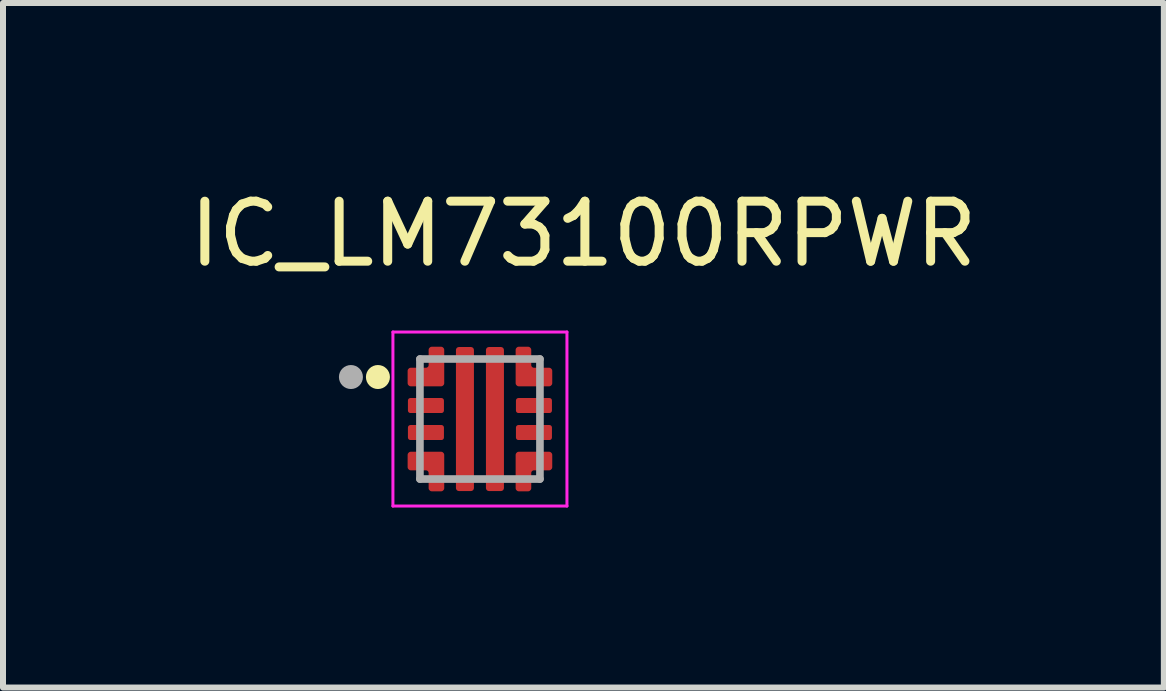
<source format=kicad_pcb>
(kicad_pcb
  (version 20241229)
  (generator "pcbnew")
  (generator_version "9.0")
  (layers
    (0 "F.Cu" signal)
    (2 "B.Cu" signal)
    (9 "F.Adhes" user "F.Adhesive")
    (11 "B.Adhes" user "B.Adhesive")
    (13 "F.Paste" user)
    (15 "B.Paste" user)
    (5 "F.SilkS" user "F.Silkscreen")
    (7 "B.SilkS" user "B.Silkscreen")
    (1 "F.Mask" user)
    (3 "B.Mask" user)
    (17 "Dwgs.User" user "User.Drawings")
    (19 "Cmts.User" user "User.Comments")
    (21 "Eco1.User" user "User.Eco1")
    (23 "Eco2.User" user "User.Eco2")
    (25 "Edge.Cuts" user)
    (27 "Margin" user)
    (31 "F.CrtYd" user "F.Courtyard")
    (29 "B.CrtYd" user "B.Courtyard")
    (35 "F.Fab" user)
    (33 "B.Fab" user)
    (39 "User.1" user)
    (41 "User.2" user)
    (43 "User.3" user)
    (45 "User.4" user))
  (footprint "IC_LM73100RPWR"
    (layer "F.Cu")
    (at 4.948 3.933)
    (property "Reference" "IC_LM73100RPWR" (at 1.725 -3.085 0) (layer "F.SilkS") (effects (font (size 1 1) (thickness 0.15))))
    (attr smd)
    (fp_poly (pts (xy -1.2 -0.4) (xy -0.6 -0.4) (xy -0.597 -0.399) (xy -0.594 -0.398) (xy -0.591 -0.397) (xy -0.588 -0.396) (xy -0.585 -0.395) (xy -0.582 -0.393) (xy -0.579 -0.392) (xy -0.576 -0.39) (xy -0.573 -0.388) (xy -0.571 -0.386) (xy -0.568 -0.383) (xy -0.566 -0.381) (xy -0.564 -0.378) (xy -0.562 -0.376) (xy -0.56 -0.373) (xy -0.558 -0.37) (xy -0.556 -0.367) (xy -0.555 -0.364) (xy -0.553 -0.361) (xy -0.552 -0.358) (xy -0.551 -0.355) (xy -0.55 -0.352) (xy -0.55 -0.349) (xy -0.549 -0.345) (xy -0.549 -0.342) (xy -0.549 -0.339) (xy -0.549 -0.335) (xy -0.549 -0.332) (xy -0.549 -0.329) (xy -0.55 -0.325) (xy -0.55 -0.125) (xy -0.549 -0.121) (xy -0.549 -0.118) (xy -0.549 -0.115) (xy -0.549 -0.111) (xy -0.549 -0.108) (xy -0.549 -0.105) (xy -0.55 -0.101) (xy -0.55 -0.098) (xy -0.551 -0.095) (xy -0.552 -0.092) (xy -0.553 -0.089) (xy -0.555 -0.086) (xy -0.556 -0.083) (xy -0.558 -0.08) (xy -0.56 -0.077) (xy -0.562 -0.074) (xy -0.564 -0.072) (xy -0.566 -0.069) (xy -0.568 -0.067) (xy -0.571 -0.064) (xy -0.573 -0.062) (xy -0.576 -0.06) (xy -0.579 -0.058) (xy -0.582 -0.057) (xy -0.585 -0.055) (xy -0.588 -0.054) (xy -0.591 -0.053) (xy -0.594 -0.052) (xy -0.597 -0.051) (xy -0.6 -0.05) (xy -1.2 -0.05) (xy -1.203 -0.051) (xy -1.206 -0.052) (xy -1.209 -0.053) (xy -1.212 -0.054) (xy -1.215 -0.055) (xy -1.218 -0.057) (xy -1.221 -0.058) (xy -1.224 -0.06) (xy -1.227 -0.062) (xy -1.229 -0.064) (xy -1.232 -0.067) (xy -1.234 -0.069) (xy -1.236 -0.072) (xy -1.238 -0.074) (xy -1.24 -0.077) (xy -1.242 -0.08) (xy -1.244 -0.083) (xy -1.245 -0.086) (xy -1.247 -0.089) (xy -1.248 -0.092) (xy -1.249 -0.095) (xy -1.25 -0.098) (xy -1.25 -0.101) (xy -1.251 -0.105) (xy -1.251 -0.108) (xy -1.251 -0.111) (xy -1.251 -0.115) (xy -1.251 -0.118) (xy -1.251 -0.121) (xy -1.25 -0.125) (xy -1.25 -0.325) (xy -1.251 -0.329) (xy -1.251 -0.332) (xy -1.251 -0.335) (xy -1.251 -0.339) (xy -1.251 -0.342) (xy -1.251 -0.345) (xy -1.25 -0.349) (xy -1.25 -0.352) (xy -1.249 -0.355) (xy -1.248 -0.358) (xy -1.247 -0.361) (xy -1.245 -0.364) (xy -1.244 -0.367) (xy -1.242 -0.37) (xy -1.24 -0.373) (xy -1.238 -0.376) (xy -1.236 -0.378) (xy -1.234 -0.381) (xy -1.232 -0.383) (xy -1.229 -0.386) (xy -1.227 -0.388) (xy -1.224 -0.39) (xy -1.221 -0.392) (xy -1.218 -0.393) (xy -1.215 -0.395) (xy -1.212 -0.396) (xy -1.209 -0.397) (xy -1.206 -0.398) (xy -1.203 -0.399) (xy -1.2 -0.4)) (stroke (width 0.01) (type solid)) (fill yes) (layer "F.Mask"))
    (fp_poly (pts (xy -1.2 0.05) (xy -0.6 0.05) (xy -0.597 0.051) (xy -0.594 0.052) (xy -0.591 0.053) (xy -0.588 0.054) (xy -0.585 0.055) (xy -0.582 0.057) (xy -0.579 0.058) (xy -0.576 0.06) (xy -0.573 0.062) (xy -0.571 0.064) (xy -0.568 0.067) (xy -0.566 0.069) (xy -0.564 0.072) (xy -0.562 0.074) (xy -0.56 0.077) (xy -0.558 0.08) (xy -0.556 0.083) (xy -0.555 0.086) (xy -0.553 0.089) (xy -0.552 0.092) (xy -0.551 0.095) (xy -0.55 0.098) (xy -0.55 0.101) (xy -0.549 0.105) (xy -0.549 0.108) (xy -0.549 0.111) (xy -0.549 0.115) (xy -0.549 0.118) (xy -0.549 0.121) (xy -0.55 0.125) (xy -0.55 0.325) (xy -0.549 0.329) (xy -0.549 0.332) (xy -0.549 0.335) (xy -0.549 0.339) (xy -0.549 0.342) (xy -0.549 0.345) (xy -0.55 0.349) (xy -0.55 0.352) (xy -0.551 0.355) (xy -0.552 0.358) (xy -0.553 0.361) (xy -0.555 0.364) (xy -0.556 0.367) (xy -0.558 0.37) (xy -0.56 0.373) (xy -0.562 0.376) (xy -0.564 0.378) (xy -0.566 0.381) (xy -0.568 0.383) (xy -0.571 0.386) (xy -0.573 0.388) (xy -0.576 0.39) (xy -0.579 0.392) (xy -0.582 0.393) (xy -0.585 0.395) (xy -0.588 0.396) (xy -0.591 0.397) (xy -0.594 0.398) (xy -0.597 0.399) (xy -0.6 0.4) (xy -1.2 0.4) (xy -1.203 0.399) (xy -1.206 0.398) (xy -1.209 0.397) (xy -1.212 0.396) (xy -1.215 0.395) (xy -1.218 0.393) (xy -1.221 0.392) (xy -1.224 0.39) (xy -1.227 0.388) (xy -1.229 0.386) (xy -1.232 0.383) (xy -1.234 0.381) (xy -1.236 0.378) (xy -1.238 0.376) (xy -1.24 0.373) (xy -1.242 0.37) (xy -1.244 0.367) (xy -1.245 0.364) (xy -1.247 0.361) (xy -1.248 0.358) (xy -1.249 0.355) (xy -1.25 0.352) (xy -1.25 0.349) (xy -1.251 0.345) (xy -1.251 0.342) (xy -1.251 0.339) (xy -1.251 0.335) (xy -1.251 0.332) (xy -1.251 0.329) (xy -1.25 0.325) (xy -1.25 0.125) (xy -1.251 0.121) (xy -1.251 0.118) (xy -1.251 0.115) (xy -1.251 0.111) (xy -1.251 0.108) (xy -1.251 0.105) (xy -1.25 0.101) (xy -1.25 0.098) (xy -1.249 0.095) (xy -1.248 0.092) (xy -1.247 0.089) (xy -1.245 0.086) (xy -1.244 0.083) (xy -1.242 0.08) (xy -1.24 0.077) (xy -1.238 0.074) (xy -1.236 0.072) (xy -1.234 0.069) (xy -1.232 0.067) (xy -1.229 0.064) (xy -1.227 0.062) (xy -1.224 0.06) (xy -1.221 0.058) (xy -1.218 0.057) (xy -1.215 0.055) (xy -1.212 0.054) (xy -1.209 0.053) (xy -1.206 0.052) (xy -1.203 0.051) (xy -1.2 0.05)) (stroke (width 0.01) (type solid)) (fill yes) (layer "F.Mask"))
    (fp_poly (pts (xy -0.45 -1.2) (xy -0.45 1.2) (xy -0.45 1.203) (xy -0.45 1.205) (xy -0.449 1.208) (xy -0.449 1.21) (xy -0.448 1.213) (xy -0.448 1.215) (xy -0.447 1.218) (xy -0.446 1.22) (xy -0.445 1.223) (xy -0.443 1.225) (xy -0.442 1.227) (xy -0.44 1.229) (xy -0.439 1.231) (xy -0.437 1.233) (xy -0.435 1.235) (xy -0.433 1.237) (xy -0.431 1.239) (xy -0.429 1.24) (xy -0.427 1.242) (xy -0.425 1.243) (xy -0.423 1.245) (xy -0.42 1.246) (xy -0.418 1.247) (xy -0.415 1.248) (xy -0.413 1.248) (xy -0.41 1.249) (xy -0.408 1.249) (xy -0.405 1.25) (xy -0.403 1.25) (xy -0.4 1.25) (xy -0.1 1.25) (xy -0.097 1.25) (xy -0.095 1.25) (xy -0.092 1.249) (xy -0.09 1.249) (xy -0.087 1.248) (xy -0.085 1.248) (xy -0.082 1.247) (xy -0.08 1.246) (xy -0.077 1.245) (xy -0.075 1.243) (xy -0.073 1.242) (xy -0.071 1.24) (xy -0.069 1.239) (xy -0.067 1.237) (xy -0.065 1.235) (xy -0.063 1.233) (xy -0.061 1.231) (xy -0.06 1.229) (xy -0.058 1.227) (xy -0.057 1.225) (xy -0.055 1.223) (xy -0.054 1.22) (xy -0.053 1.218) (xy -0.052 1.215) (xy -0.052 1.213) (xy -0.051 1.21) (xy -0.051 1.208) (xy -0.05 1.205) (xy -0.05 1.203) (xy -0.05 1.2) (xy -0.05 -1.2) (xy -0.05 -1.203) (xy -0.05 -1.205) (xy -0.051 -1.208) (xy -0.051 -1.21) (xy -0.052 -1.213) (xy -0.052 -1.215) (xy -0.053 -1.218) (xy -0.054 -1.22) (xy -0.055 -1.223) (xy -0.057 -1.225) (xy -0.058 -1.227) (xy -0.06 -1.229) (xy -0.061 -1.231) (xy -0.063 -1.233) (xy -0.065 -1.235) (xy -0.067 -1.237) (xy -0.069 -1.239) (xy -0.071 -1.24) (xy -0.073 -1.242) (xy -0.075 -1.243) (xy -0.077 -1.245) (xy -0.08 -1.246) (xy -0.082 -1.247) (xy -0.085 -1.248) (xy -0.087 -1.248) (xy -0.09 -1.249) (xy -0.092 -1.249) (xy -0.095 -1.25) (xy -0.097 -1.25) (xy -0.1 -1.25) (xy -0.4 -1.25) (xy -0.403 -1.25) (xy -0.405 -1.25) (xy -0.408 -1.249) (xy -0.41 -1.249) (xy -0.413 -1.248) (xy -0.415 -1.248) (xy -0.418 -1.247) (xy -0.42 -1.246) (xy -0.423 -1.245) (xy -0.425 -1.243) (xy -0.427 -1.242) (xy -0.429 -1.24) (xy -0.431 -1.239) (xy -0.433 -1.237) (xy -0.435 -1.235) (xy -0.437 -1.233) (xy -0.439 -1.231) (xy -0.44 -1.229) (xy -0.442 -1.227) (xy -0.443 -1.225) (xy -0.445 -1.223) (xy -0.446 -1.22) (xy -0.447 -1.218) (xy -0.448 -1.215) (xy -0.448 -1.213) (xy -0.449 -1.21) (xy -0.449 -1.208) (xy -0.45 -1.205) (xy -0.45 -1.203) (xy -0.45 -1.2)) (stroke (width 0.01) (type solid)) (fill yes) (layer "F.Mask"))
    (fp_poly (pts (xy 0.05 -1.2) (xy 0.05 1.2) (xy 0.05 1.203) (xy 0.05 1.205) (xy 0.051 1.208) (xy 0.051 1.21) (xy 0.052 1.213) (xy 0.052 1.215) (xy 0.053 1.218) (xy 0.054 1.22) (xy 0.055 1.223) (xy 0.057 1.225) (xy 0.058 1.227) (xy 0.06 1.229) (xy 0.061 1.231) (xy 0.063 1.233) (xy 0.065 1.235) (xy 0.067 1.237) (xy 0.069 1.239) (xy 0.071 1.24) (xy 0.073 1.242) (xy 0.075 1.243) (xy 0.077 1.245) (xy 0.08 1.246) (xy 0.082 1.247) (xy 0.085 1.248) (xy 0.087 1.248) (xy 0.09 1.249) (xy 0.092 1.249) (xy 0.095 1.25) (xy 0.097 1.25) (xy 0.1 1.25) (xy 0.4 1.25) (xy 0.403 1.25) (xy 0.405 1.25) (xy 0.408 1.249) (xy 0.41 1.249) (xy 0.413 1.248) (xy 0.415 1.248) (xy 0.418 1.247) (xy 0.42 1.246) (xy 0.423 1.245) (xy 0.425 1.243) (xy 0.427 1.242) (xy 0.429 1.24) (xy 0.431 1.239) (xy 0.433 1.237) (xy 0.435 1.235) (xy 0.437 1.233) (xy 0.439 1.231) (xy 0.44 1.229) (xy 0.442 1.227) (xy 0.443 1.225) (xy 0.445 1.223) (xy 0.446 1.22) (xy 0.447 1.218) (xy 0.448 1.215) (xy 0.448 1.213) (xy 0.449 1.21) (xy 0.449 1.208) (xy 0.45 1.205) (xy 0.45 1.203) (xy 0.45 1.2) (xy 0.45 -1.2) (xy 0.45 -1.203) (xy 0.45 -1.205) (xy 0.449 -1.208) (xy 0.449 -1.21) (xy 0.448 -1.213) (xy 0.448 -1.215) (xy 0.447 -1.218) (xy 0.446 -1.22) (xy 0.445 -1.223) (xy 0.443 -1.225) (xy 0.442 -1.227) (xy 0.44 -1.229) (xy 0.439 -1.231) (xy 0.437 -1.233) (xy 0.435 -1.235) (xy 0.433 -1.237) (xy 0.431 -1.239) (xy 0.429 -1.24) (xy 0.427 -1.242) (xy 0.425 -1.243) (xy 0.423 -1.245) (xy 0.42 -1.246) (xy 0.418 -1.247) (xy 0.415 -1.248) (xy 0.413 -1.248) (xy 0.41 -1.249) (xy 0.408 -1.249) (xy 0.405 -1.25) (xy 0.403 -1.25) (xy 0.4 -1.25) (xy 0.1 -1.25) (xy 0.097 -1.25) (xy 0.095 -1.25) (xy 0.092 -1.249) (xy 0.09 -1.249) (xy 0.087 -1.248) (xy 0.085 -1.248) (xy 0.082 -1.247) (xy 0.08 -1.246) (xy 0.077 -1.245) (xy 0.075 -1.243) (xy 0.073 -1.242) (xy 0.071 -1.24) (xy 0.069 -1.239) (xy 0.067 -1.237) (xy 0.065 -1.235) (xy 0.063 -1.233) (xy 0.061 -1.231) (xy 0.06 -1.229) (xy 0.058 -1.227) (xy 0.057 -1.225) (xy 0.055 -1.223) (xy 0.054 -1.22) (xy 0.053 -1.218) (xy 0.052 -1.215) (xy 0.052 -1.213) (xy 0.051 -1.21) (xy 0.051 -1.208) (xy 0.05 -1.205) (xy 0.05 -1.203) (xy 0.05 -1.2)) (stroke (width 0.01) (type solid)) (fill yes) (layer "F.Mask"))
    (fp_poly (pts (xy 0.6 -0.4) (xy 1.2 -0.4) (xy 1.203 -0.399) (xy 1.206 -0.398) (xy 1.209 -0.397) (xy 1.212 -0.396) (xy 1.215 -0.395) (xy 1.218 -0.393) (xy 1.221 -0.392) (xy 1.224 -0.39) (xy 1.227 -0.388) (xy 1.229 -0.386) (xy 1.232 -0.383) (xy 1.234 -0.381) (xy 1.236 -0.378) (xy 1.238 -0.376) (xy 1.24 -0.373) (xy 1.242 -0.37) (xy 1.244 -0.367) (xy 1.245 -0.364) (xy 1.247 -0.361) (xy 1.248 -0.358) (xy 1.249 -0.355) (xy 1.25 -0.352) (xy 1.25 -0.349) (xy 1.251 -0.345) (xy 1.251 -0.342) (xy 1.251 -0.339) (xy 1.251 -0.335) (xy 1.251 -0.332) (xy 1.251 -0.329) (xy 1.25 -0.325) (xy 1.25 -0.125) (xy 1.251 -0.121) (xy 1.251 -0.118) (xy 1.251 -0.115) (xy 1.251 -0.111) (xy 1.251 -0.108) (xy 1.251 -0.105) (xy 1.25 -0.101) (xy 1.25 -0.098) (xy 1.249 -0.095) (xy 1.248 -0.092) (xy 1.247 -0.089) (xy 1.245 -0.086) (xy 1.244 -0.083) (xy 1.242 -0.08) (xy 1.24 -0.077) (xy 1.238 -0.074) (xy 1.236 -0.072) (xy 1.234 -0.069) (xy 1.232 -0.067) (xy 1.229 -0.064) (xy 1.227 -0.062) (xy 1.224 -0.06) (xy 1.221 -0.058) (xy 1.218 -0.057) (xy 1.215 -0.055) (xy 1.212 -0.054) (xy 1.209 -0.053) (xy 1.206 -0.052) (xy 1.203 -0.051) (xy 1.2 -0.05) (xy 0.6 -0.05) (xy 0.597 -0.051) (xy 0.594 -0.052) (xy 0.591 -0.053) (xy 0.588 -0.054) (xy 0.585 -0.055) (xy 0.582 -0.057) (xy 0.579 -0.058) (xy 0.576 -0.06) (xy 0.573 -0.062) (xy 0.571 -0.064) (xy 0.568 -0.067) (xy 0.566 -0.069) (xy 0.564 -0.072) (xy 0.562 -0.074) (xy 0.56 -0.077) (xy 0.558 -0.08) (xy 0.556 -0.083) (xy 0.555 -0.086) (xy 0.553 -0.089) (xy 0.552 -0.092) (xy 0.551 -0.095) (xy 0.55 -0.098) (xy 0.55 -0.101) (xy 0.549 -0.105) (xy 0.549 -0.108) (xy 0.549 -0.111) (xy 0.549 -0.115) (xy 0.549 -0.118) (xy 0.549 -0.121) (xy 0.55 -0.125) (xy 0.55 -0.325) (xy 0.549 -0.329) (xy 0.549 -0.332) (xy 0.549 -0.335) (xy 0.549 -0.339) (xy 0.549 -0.342) (xy 0.549 -0.345) (xy 0.55 -0.349) (xy 0.55 -0.352) (xy 0.551 -0.355) (xy 0.552 -0.358) (xy 0.553 -0.361) (xy 0.555 -0.364) (xy 0.556 -0.367) (xy 0.558 -0.37) (xy 0.56 -0.373) (xy 0.562 -0.376) (xy 0.564 -0.378) (xy 0.566 -0.381) (xy 0.568 -0.383) (xy 0.571 -0.386) (xy 0.573 -0.388) (xy 0.576 -0.39) (xy 0.579 -0.392) (xy 0.582 -0.393) (xy 0.585 -0.395) (xy 0.588 -0.396) (xy 0.591 -0.397) (xy 0.594 -0.398) (xy 0.597 -0.399) (xy 0.6 -0.4)) (stroke (width 0.01) (type solid)) (fill yes) (layer "F.Mask"))
    (fp_poly (pts (xy 0.6 0.05) (xy 1.2 0.05) (xy 1.203 0.051) (xy 1.206 0.052) (xy 1.209 0.053) (xy 1.212 0.054) (xy 1.215 0.055) (xy 1.218 0.057) (xy 1.221 0.058) (xy 1.224 0.06) (xy 1.227 0.062) (xy 1.229 0.064) (xy 1.232 0.067) (xy 1.234 0.069) (xy 1.236 0.072) (xy 1.238 0.074) (xy 1.24 0.077) (xy 1.242 0.08) (xy 1.244 0.083) (xy 1.245 0.086) (xy 1.247 0.089) (xy 1.248 0.092) (xy 1.249 0.095) (xy 1.25 0.098) (xy 1.25 0.101) (xy 1.251 0.105) (xy 1.251 0.108) (xy 1.251 0.111) (xy 1.251 0.115) (xy 1.251 0.118) (xy 1.251 0.121) (xy 1.25 0.125) (xy 1.25 0.325) (xy 1.251 0.329) (xy 1.251 0.332) (xy 1.251 0.335) (xy 1.251 0.339) (xy 1.251 0.342) (xy 1.251 0.345) (xy 1.25 0.349) (xy 1.25 0.352) (xy 1.249 0.355) (xy 1.248 0.358) (xy 1.247 0.361) (xy 1.245 0.364) (xy 1.244 0.367) (xy 1.242 0.37) (xy 1.24 0.373) (xy 1.238 0.376) (xy 1.236 0.378) (xy 1.234 0.381) (xy 1.232 0.383) (xy 1.229 0.386) (xy 1.227 0.388) (xy 1.224 0.39) (xy 1.221 0.392) (xy 1.218 0.393) (xy 1.215 0.395) (xy 1.212 0.396) (xy 1.209 0.397) (xy 1.206 0.398) (xy 1.203 0.399) (xy 1.2 0.4) (xy 0.6 0.4) (xy 0.597 0.399) (xy 0.594 0.398) (xy 0.591 0.397) (xy 0.588 0.396) (xy 0.585 0.395) (xy 0.582 0.393) (xy 0.579 0.392) (xy 0.576 0.39) (xy 0.573 0.388) (xy 0.571 0.386) (xy 0.568 0.383) (xy 0.566 0.381) (xy 0.564 0.378) (xy 0.562 0.376) (xy 0.56 0.373) (xy 0.558 0.37) (xy 0.556 0.367) (xy 0.555 0.364) (xy 0.553 0.361) (xy 0.552 0.358) (xy 0.551 0.355) (xy 0.55 0.352) (xy 0.55 0.349) (xy 0.549 0.345) (xy 0.549 0.342) (xy 0.549 0.339) (xy 0.549 0.335) (xy 0.549 0.332) (xy 0.549 0.329) (xy 0.55 0.325) (xy 0.55 0.125) (xy 0.549 0.121) (xy 0.549 0.118) (xy 0.549 0.115) (xy 0.549 0.111) (xy 0.549 0.108) (xy 0.549 0.105) (xy 0.55 0.101) (xy 0.55 0.098) (xy 0.551 0.095) (xy 0.552 0.092) (xy 0.553 0.089) (xy 0.555 0.086) (xy 0.556 0.083) (xy 0.558 0.08) (xy 0.56 0.077) (xy 0.562 0.074) (xy 0.564 0.072) (xy 0.566 0.069) (xy 0.568 0.067) (xy 0.571 0.064) (xy 0.573 0.062) (xy 0.576 0.06) (xy 0.579 0.058) (xy 0.582 0.057) (xy 0.585 0.055) (xy 0.588 0.054) (xy 0.591 0.053) (xy 0.594 0.052) (xy 0.597 0.051) (xy 0.6 0.05)) (stroke (width 0.01) (type solid)) (fill yes) (layer "F.Mask"))
    (fp_poly (pts (xy -1.25 -0.8) (xy -1.25 -0.6) (xy -1.25 -0.595) (xy -1.249 -0.59) (xy -1.249 -0.584) (xy -1.248 -0.579) (xy -1.247 -0.574) (xy -1.245 -0.569) (xy -1.243 -0.564) (xy -1.241 -0.559) (xy -1.239 -0.555) (xy -1.237 -0.55) (xy -1.234 -0.546) (xy -1.231 -0.541) (xy -1.228 -0.537) (xy -1.224 -0.533) (xy -1.221 -0.529) (xy -1.217 -0.526) (xy -1.213 -0.522) (xy -1.209 -0.519) (xy -1.204 -0.516) (xy -1.2 -0.513) (xy -1.195 -0.511) (xy -1.191 -0.509) (xy -1.186 -0.507) (xy -1.181 -0.505) (xy -1.176 -0.503) (xy -1.171 -0.502) (xy -1.166 -0.501) (xy -1.16 -0.501) (xy -1.155 -0.5) (xy -1.15 -0.5) (xy -0.65 -0.5) (xy -0.645 -0.5) (xy -0.64 -0.501) (xy -0.634 -0.501) (xy -0.629 -0.502) (xy -0.624 -0.503) (xy -0.619 -0.505) (xy -0.614 -0.507) (xy -0.609 -0.509) (xy -0.605 -0.511) (xy -0.6 -0.513) (xy -0.596 -0.516) (xy -0.591 -0.519) (xy -0.587 -0.522) (xy -0.583 -0.526) (xy -0.579 -0.529) (xy -0.576 -0.533) (xy -0.572 -0.537) (xy -0.569 -0.541) (xy -0.566 -0.546) (xy -0.563 -0.55) (xy -0.561 -0.555) (xy -0.559 -0.559) (xy -0.557 -0.564) (xy -0.555 -0.569) (xy -0.553 -0.574) (xy -0.552 -0.579) (xy -0.551 -0.584) (xy -0.551 -0.59) (xy -0.55 -0.595) (xy -0.55 -0.6) (xy -0.55 -1.15) (xy -0.55 -1.155) (xy -0.551 -1.16) (xy -0.551 -1.166) (xy -0.552 -1.171) (xy -0.553 -1.176) (xy -0.555 -1.181) (xy -0.557 -1.186) (xy -0.559 -1.191) (xy -0.561 -1.195) (xy -0.563 -1.2) (xy -0.566 -1.204) (xy -0.569 -1.209) (xy -0.572 -1.213) (xy -0.576 -1.217) (xy -0.579 -1.221) (xy -0.583 -1.224) (xy -0.587 -1.228) (xy -0.591 -1.231) (xy -0.596 -1.234) (xy -0.6 -1.237) (xy -0.605 -1.239) (xy -0.609 -1.241) (xy -0.614 -1.243) (xy -0.619 -1.245) (xy -0.624 -1.247) (xy -0.629 -1.248) (xy -0.634 -1.249) (xy -0.64 -1.249) (xy -0.645 -1.25) (xy -0.65 -1.25) (xy -0.8 -1.25) (xy -0.805 -1.25) (xy -0.81 -1.249) (xy -0.816 -1.249) (xy -0.821 -1.248) (xy -0.826 -1.247) (xy -0.831 -1.245) (xy -0.836 -1.243) (xy -0.841 -1.241) (xy -0.845 -1.239) (xy -0.85 -1.237) (xy -0.854 -1.234) (xy -0.859 -1.231) (xy -0.863 -1.228) (xy -0.867 -1.224) (xy -0.871 -1.221) (xy -0.874 -1.217) (xy -0.878 -1.213) (xy -0.881 -1.209) (xy -0.884 -1.204) (xy -0.887 -1.2) (xy -0.889 -1.195) (xy -0.891 -1.191) (xy -0.893 -1.186) (xy -0.895 -1.181) (xy -0.897 -1.176) (xy -0.898 -1.171) (xy -0.899 -1.166) (xy -0.899 -1.16) (xy -0.9 -1.155) (xy -0.9 -1.15) (xy -0.9 -0.95) (xy -0.9 -0.947) (xy -0.9 -0.945) (xy -0.901 -0.942) (xy -0.901 -0.94) (xy -0.902 -0.937) (xy -0.902 -0.935) (xy -0.903 -0.932) (xy -0.904 -0.93) (xy -0.905 -0.927) (xy -0.907 -0.925) (xy -0.908 -0.923) (xy -0.91 -0.921) (xy -0.911 -0.919) (xy -0.913 -0.917) (xy -0.915 -0.915) (xy -0.917 -0.913) (xy -0.919 -0.911) (xy -0.921 -0.91) (xy -0.923 -0.908) (xy -0.925 -0.907) (xy -0.927 -0.905) (xy -0.93 -0.904) (xy -0.932 -0.903) (xy -0.935 -0.902) (xy -0.937 -0.902) (xy -0.94 -0.901) (xy -0.942 -0.901) (xy -0.945 -0.9) (xy -0.947 -0.9) (xy -0.95 -0.9) (xy -1.15 -0.9) (xy -1.155 -0.9) (xy -1.16 -0.899) (xy -1.166 -0.899) (xy -1.171 -0.898) (xy -1.176 -0.897) (xy -1.181 -0.895) (xy -1.186 -0.893) (xy -1.191 -0.891) (xy -1.195 -0.889) (xy -1.2 -0.887) (xy -1.204 -0.884) (xy -1.209 -0.881) (xy -1.213 -0.878) (xy -1.217 -0.874) (xy -1.221 -0.871) (xy -1.224 -0.867) (xy -1.228 -0.863) (xy -1.231 -0.859) (xy -1.234 -0.854) (xy -1.237 -0.85) (xy -1.239 -0.845) (xy -1.241 -0.841) (xy -1.243 -0.836) (xy -1.245 -0.831) (xy -1.247 -0.826) (xy -1.248 -0.821) (xy -1.249 -0.816) (xy -1.249 -0.81) (xy -1.25 -0.805) (xy -1.25 -0.8)) (stroke (width 0.01) (type solid)) (fill yes) (layer "F.Mask"))
    (fp_poly (pts (xy -1.15 0.9) (xy -1.155 0.9) (xy -1.16 0.899) (xy -1.166 0.899) (xy -1.171 0.898) (xy -1.176 0.897) (xy -1.181 0.895) (xy -1.186 0.893) (xy -1.191 0.891) (xy -1.195 0.889) (xy -1.2 0.887) (xy -1.204 0.884) (xy -1.209 0.881) (xy -1.213 0.878) (xy -1.217 0.874) (xy -1.221 0.871) (xy -1.224 0.867) (xy -1.228 0.863) (xy -1.231 0.859) (xy -1.234 0.854) (xy -1.237 0.85) (xy -1.239 0.845) (xy -1.241 0.841) (xy -1.243 0.836) (xy -1.245 0.831) (xy -1.247 0.826) (xy -1.248 0.821) (xy -1.249 0.816) (xy -1.249 0.81) (xy -1.25 0.805) (xy -1.25 0.8) (xy -1.25 0.6) (xy -1.25 0.595) (xy -1.249 0.59) (xy -1.249 0.584) (xy -1.248 0.579) (xy -1.247 0.574) (xy -1.245 0.569) (xy -1.243 0.564) (xy -1.241 0.559) (xy -1.239 0.555) (xy -1.237 0.55) (xy -1.234 0.546) (xy -1.231 0.541) (xy -1.228 0.537) (xy -1.224 0.533) (xy -1.221 0.529) (xy -1.217 0.526) (xy -1.213 0.522) (xy -1.209 0.519) (xy -1.204 0.516) (xy -1.2 0.513) (xy -1.195 0.511) (xy -1.191 0.509) (xy -1.186 0.507) (xy -1.181 0.505) (xy -1.176 0.503) (xy -1.171 0.502) (xy -1.166 0.501) (xy -1.16 0.501) (xy -1.155 0.5) (xy -1.15 0.5) (xy -0.65 0.5) (xy -0.645 0.5) (xy -0.64 0.501) (xy -0.634 0.501) (xy -0.629 0.502) (xy -0.624 0.503) (xy -0.619 0.505) (xy -0.614 0.507) (xy -0.609 0.509) (xy -0.605 0.511) (xy -0.6 0.513) (xy -0.596 0.516) (xy -0.591 0.519) (xy -0.587 0.522) (xy -0.583 0.526) (xy -0.579 0.529) (xy -0.576 0.533) (xy -0.572 0.537) (xy -0.569 0.541) (xy -0.566 0.546) (xy -0.563 0.55) (xy -0.561 0.555) (xy -0.559 0.559) (xy -0.557 0.564) (xy -0.555 0.569) (xy -0.553 0.574) (xy -0.552 0.579) (xy -0.551 0.584) (xy -0.551 0.59) (xy -0.55 0.595) (xy -0.55 0.6) (xy -0.55 1.15) (xy -0.55 1.155) (xy -0.551 1.16) (xy -0.551 1.166) (xy -0.552 1.171) (xy -0.553 1.176) (xy -0.555 1.181) (xy -0.557 1.186) (xy -0.559 1.191) (xy -0.561 1.195) (xy -0.563 1.2) (xy -0.566 1.204) (xy -0.569 1.209) (xy -0.572 1.213) (xy -0.576 1.217) (xy -0.579 1.221) (xy -0.583 1.224) (xy -0.587 1.228) (xy -0.591 1.231) (xy -0.596 1.234) (xy -0.6 1.237) (xy -0.605 1.239) (xy -0.609 1.241) (xy -0.614 1.243) (xy -0.619 1.245) (xy -0.624 1.247) (xy -0.629 1.248) (xy -0.634 1.249) (xy -0.64 1.249) (xy -0.645 1.25) (xy -0.65 1.25) (xy -0.8 1.25) (xy -0.805 1.25) (xy -0.81 1.249) (xy -0.816 1.249) (xy -0.821 1.248) (xy -0.826 1.247) (xy -0.831 1.245) (xy -0.836 1.243) (xy -0.841 1.241) (xy -0.845 1.239) (xy -0.85 1.237) (xy -0.854 1.234) (xy -0.859 1.231) (xy -0.863 1.228) (xy -0.867 1.224) (xy -0.871 1.221) (xy -0.874 1.217) (xy -0.878 1.213) (xy -0.881 1.209) (xy -0.884 1.204) (xy -0.887 1.2) (xy -0.889 1.195) (xy -0.891 1.191) (xy -0.893 1.186) (xy -0.895 1.181) (xy -0.897 1.176) (xy -0.898 1.171) (xy -0.899 1.166) (xy -0.899 1.16) (xy -0.9 1.155) (xy -0.9 1.15) (xy -0.9 0.95) (xy -0.9 0.947) (xy -0.9 0.945) (xy -0.901 0.942) (xy -0.901 0.94) (xy -0.902 0.937) (xy -0.902 0.935) (xy -0.903 0.932) (xy -0.904 0.93) (xy -0.905 0.927) (xy -0.907 0.925) (xy -0.908 0.923) (xy -0.91 0.921) (xy -0.911 0.919) (xy -0.913 0.917) (xy -0.915 0.915) (xy -0.917 0.913) (xy -0.919 0.911) (xy -0.921 0.91) (xy -0.923 0.908) (xy -0.925 0.907) (xy -0.927 0.905) (xy -0.93 0.904) (xy -0.932 0.903) (xy -0.935 0.902) (xy -0.937 0.902) (xy -0.94 0.901) (xy -0.942 0.901) (xy -0.945 0.9) (xy -0.947 0.9) (xy -0.95 0.9) (xy -1.15 0.9)) (stroke (width 0.01) (type solid)) (fill yes) (layer "F.Mask"))
    (fp_poly (pts (xy 0.55 -1.15) (xy 0.55 -0.6) (xy 0.55 -0.595) (xy 0.551 -0.59) (xy 0.551 -0.584) (xy 0.552 -0.579) (xy 0.553 -0.574) (xy 0.555 -0.569) (xy 0.557 -0.564) (xy 0.559 -0.559) (xy 0.561 -0.555) (xy 0.563 -0.55) (xy 0.566 -0.546) (xy 0.569 -0.541) (xy 0.572 -0.537) (xy 0.576 -0.533) (xy 0.579 -0.529) (xy 0.583 -0.526) (xy 0.587 -0.522) (xy 0.591 -0.519) (xy 0.596 -0.516) (xy 0.6 -0.513) (xy 0.605 -0.511) (xy 0.609 -0.509) (xy 0.614 -0.507) (xy 0.619 -0.505) (xy 0.624 -0.503) (xy 0.629 -0.502) (xy 0.634 -0.501) (xy 0.64 -0.501) (xy 0.645 -0.5) (xy 0.65 -0.5) (xy 1.15 -0.5) (xy 1.155 -0.5) (xy 1.16 -0.501) (xy 1.166 -0.501) (xy 1.171 -0.502) (xy 1.176 -0.503) (xy 1.181 -0.505) (xy 1.186 -0.507) (xy 1.191 -0.509) (xy 1.195 -0.511) (xy 1.2 -0.513) (xy 1.204 -0.516) (xy 1.209 -0.519) (xy 1.213 -0.522) (xy 1.217 -0.526) (xy 1.221 -0.529) (xy 1.224 -0.533) (xy 1.228 -0.537) (xy 1.231 -0.541) (xy 1.234 -0.546) (xy 1.237 -0.55) (xy 1.239 -0.555) (xy 1.241 -0.559) (xy 1.243 -0.564) (xy 1.245 -0.569) (xy 1.247 -0.574) (xy 1.248 -0.579) (xy 1.249 -0.584) (xy 1.249 -0.59) (xy 1.25 -0.595) (xy 1.25 -0.6) (xy 1.25 -0.8) (xy 1.25 -0.805) (xy 1.249 -0.81) (xy 1.249 -0.816) (xy 1.248 -0.821) (xy 1.247 -0.826) (xy 1.245 -0.831) (xy 1.243 -0.836) (xy 1.241 -0.841) (xy 1.239 -0.845) (xy 1.237 -0.85) (xy 1.234 -0.854) (xy 1.231 -0.859) (xy 1.228 -0.863) (xy 1.224 -0.867) (xy 1.221 -0.871) (xy 1.217 -0.874) (xy 1.213 -0.878) (xy 1.209 -0.881) (xy 1.204 -0.884) (xy 1.2 -0.887) (xy 1.195 -0.889) (xy 1.191 -0.891) (xy 1.186 -0.893) (xy 1.181 -0.895) (xy 1.176 -0.897) (xy 1.171 -0.898) (xy 1.166 -0.899) (xy 1.16 -0.899) (xy 1.155 -0.9) (xy 1.15 -0.9) (xy 0.95 -0.9) (xy 0.947 -0.9) (xy 0.945 -0.9) (xy 0.942 -0.901) (xy 0.94 -0.901) (xy 0.937 -0.902) (xy 0.935 -0.902) (xy 0.932 -0.903) (xy 0.93 -0.904) (xy 0.927 -0.905) (xy 0.925 -0.907) (xy 0.923 -0.908) (xy 0.921 -0.91) (xy 0.919 -0.911) (xy 0.917 -0.913) (xy 0.915 -0.915) (xy 0.913 -0.917) (xy 0.911 -0.919) (xy 0.91 -0.921) (xy 0.908 -0.923) (xy 0.907 -0.925) (xy 0.905 -0.927) (xy 0.904 -0.93) (xy 0.903 -0.932) (xy 0.902 -0.935) (xy 0.902 -0.937) (xy 0.901 -0.94) (xy 0.901 -0.942) (xy 0.9 -0.945) (xy 0.9 -0.947) (xy 0.9 -0.95) (xy 0.9 -1.15) (xy 0.9 -1.155) (xy 0.899 -1.16) (xy 0.899 -1.166) (xy 0.898 -1.171) (xy 0.897 -1.176) (xy 0.895 -1.181) (xy 0.893 -1.186) (xy 0.891 -1.191) (xy 0.889 -1.195) (xy 0.887 -1.2) (xy 0.884 -1.204) (xy 0.881 -1.209) (xy 0.878 -1.213) (xy 0.874 -1.217) (xy 0.871 -1.221) (xy 0.867 -1.224) (xy 0.863 -1.228) (xy 0.859 -1.231) (xy 0.854 -1.234) (xy 0.85 -1.237) (xy 0.845 -1.239) (xy 0.841 -1.241) (xy 0.836 -1.243) (xy 0.831 -1.245) (xy 0.826 -1.247) (xy 0.821 -1.248) (xy 0.816 -1.249) (xy 0.81 -1.249) (xy 0.805 -1.25) (xy 0.8 -1.25) (xy 0.65 -1.25) (xy 0.645 -1.25) (xy 0.64 -1.249) (xy 0.634 -1.249) (xy 0.629 -1.248) (xy 0.624 -1.247) (xy 0.619 -1.245) (xy 0.614 -1.243) (xy 0.609 -1.241) (xy 0.605 -1.239) (xy 0.6 -1.237) (xy 0.596 -1.234) (xy 0.591 -1.231) (xy 0.587 -1.228) (xy 0.583 -1.224) (xy 0.579 -1.221) (xy 0.576 -1.217) (xy 0.572 -1.213) (xy 0.569 -1.209) (xy 0.566 -1.204) (xy 0.563 -1.2) (xy 0.561 -1.195) (xy 0.559 -1.191) (xy 0.557 -1.186) (xy 0.555 -1.181) (xy 0.553 -1.176) (xy 0.552 -1.171) (xy 0.551 -1.166) (xy 0.551 -1.16) (xy 0.55 -1.155) (xy 0.55 -1.15)) (stroke (width 0.01) (type solid)) (fill yes) (layer "F.Mask"))
    (fp_poly (pts (xy 0.55 0.6) (xy 0.55 1.15) (xy 0.55 1.155) (xy 0.551 1.16) (xy 0.551 1.166) (xy 0.552 1.171) (xy 0.553 1.176) (xy 0.555 1.181) (xy 0.557 1.186) (xy 0.559 1.191) (xy 0.561 1.195) (xy 0.563 1.2) (xy 0.566 1.204) (xy 0.569 1.209) (xy 0.572 1.213) (xy 0.576 1.217) (xy 0.579 1.221) (xy 0.583 1.224) (xy 0.587 1.228) (xy 0.591 1.231) (xy 0.596 1.234) (xy 0.6 1.237) (xy 0.605 1.239) (xy 0.609 1.241) (xy 0.614 1.243) (xy 0.619 1.245) (xy 0.624 1.247) (xy 0.629 1.248) (xy 0.634 1.249) (xy 0.64 1.249) (xy 0.645 1.25) (xy 0.65 1.25) (xy 0.8 1.25) (xy 0.805 1.25) (xy 0.81 1.249) (xy 0.816 1.249) (xy 0.821 1.248) (xy 0.826 1.247) (xy 0.831 1.245) (xy 0.836 1.243) (xy 0.841 1.241) (xy 0.845 1.239) (xy 0.85 1.237) (xy 0.854 1.234) (xy 0.859 1.231) (xy 0.863 1.228) (xy 0.867 1.224) (xy 0.871 1.221) (xy 0.874 1.217) (xy 0.878 1.213) (xy 0.881 1.209) (xy 0.884 1.204) (xy 0.887 1.2) (xy 0.889 1.195) (xy 0.891 1.191) (xy 0.893 1.186) (xy 0.895 1.181) (xy 0.897 1.176) (xy 0.898 1.171) (xy 0.899 1.166) (xy 0.899 1.16) (xy 0.9 1.155) (xy 0.9 1.15) (xy 0.9 0.95) (xy 0.9 0.947) (xy 0.9 0.945) (xy 0.901 0.942) (xy 0.901 0.94) (xy 0.902 0.937) (xy 0.902 0.935) (xy 0.903 0.932) (xy 0.904 0.93) (xy 0.905 0.927) (xy 0.907 0.925) (xy 0.908 0.923) (xy 0.91 0.921) (xy 0.911 0.919) (xy 0.913 0.917) (xy 0.915 0.915) (xy 0.917 0.913) (xy 0.919 0.911) (xy 0.921 0.91) (xy 0.923 0.908) (xy 0.925 0.907) (xy 0.927 0.905) (xy 0.93 0.904) (xy 0.932 0.903) (xy 0.935 0.902) (xy 0.937 0.902) (xy 0.94 0.901) (xy 0.942 0.901) (xy 0.945 0.9) (xy 0.947 0.9) (xy 0.95 0.9) (xy 1.15 0.9) (xy 1.155 0.9) (xy 1.16 0.899) (xy 1.166 0.899) (xy 1.171 0.898) (xy 1.176 0.897) (xy 1.181 0.895) (xy 1.186 0.893) (xy 1.191 0.891) (xy 1.195 0.889) (xy 1.2 0.887) (xy 1.204 0.884) (xy 1.209 0.881) (xy 1.213 0.878) (xy 1.217 0.874) (xy 1.221 0.871) (xy 1.224 0.867) (xy 1.228 0.863) (xy 1.231 0.859) (xy 1.234 0.854) (xy 1.237 0.85) (xy 1.239 0.845) (xy 1.241 0.841) (xy 1.243 0.836) (xy 1.245 0.831) (xy 1.247 0.826) (xy 1.248 0.821) (xy 1.249 0.816) (xy 1.249 0.81) (xy 1.25 0.805) (xy 1.25 0.8) (xy 1.25 0.6) (xy 1.25 0.595) (xy 1.249 0.59) (xy 1.249 0.584) (xy 1.248 0.579) (xy 1.247 0.574) (xy 1.245 0.569) (xy 1.243 0.564) (xy 1.241 0.559) (xy 1.239 0.555) (xy 1.237 0.55) (xy 1.234 0.546) (xy 1.231 0.541) (xy 1.228 0.537) (xy 1.224 0.533) (xy 1.221 0.529) (xy 1.217 0.526) (xy 1.213 0.522) (xy 1.209 0.519) (xy 1.204 0.516) (xy 1.2 0.513) (xy 1.195 0.511) (xy 1.191 0.509) (xy 1.186 0.507) (xy 1.181 0.505) (xy 1.176 0.503) (xy 1.171 0.502) (xy 1.166 0.501) (xy 1.16 0.501) (xy 1.155 0.5) (xy 1.15 0.5) (xy 0.65 0.5) (xy 0.645 0.5) (xy 0.64 0.501) (xy 0.634 0.501) (xy 0.629 0.502) (xy 0.624 0.503) (xy 0.619 0.505) (xy 0.614 0.507) (xy 0.609 0.509) (xy 0.605 0.511) (xy 0.6 0.513) (xy 0.596 0.516) (xy 0.591 0.519) (xy 0.587 0.522) (xy 0.583 0.526) (xy 0.579 0.529) (xy 0.576 0.533) (xy 0.572 0.537) (xy 0.569 0.541) (xy 0.566 0.546) (xy 0.563 0.55) (xy 0.561 0.555) (xy 0.559 0.559) (xy 0.557 0.564) (xy 0.555 0.569) (xy 0.553 0.574) (xy 0.552 0.579) (xy 0.551 0.584) (xy 0.551 0.59) (xy 0.55 0.595) (xy 0.55 0.6)) (stroke (width 0.01) (type solid)) (fill yes) (layer "F.Mask"))
    (fp_circle (center -1.7 -0.7) (end -1.6 -0.7) (stroke (width 0.2) (type solid)) (fill no) (layer "F.SilkS"))
    (fp_poly (pts (xy -0.39 -1.11) (xy -0.39 -0.15) (xy -0.39 -0.147) (xy -0.39 -0.145) (xy -0.389 -0.142) (xy -0.389 -0.14) (xy -0.388 -0.137) (xy -0.388 -0.135) (xy -0.387 -0.132) (xy -0.386 -0.13) (xy -0.385 -0.127) (xy -0.383 -0.125) (xy -0.382 -0.123) (xy -0.38 -0.121) (xy -0.379 -0.119) (xy -0.377 -0.117) (xy -0.375 -0.115) (xy -0.373 -0.113) (xy -0.371 -0.111) (xy -0.369 -0.11) (xy -0.367 -0.108) (xy -0.365 -0.107) (xy -0.363 -0.105) (xy -0.36 -0.104) (xy -0.358 -0.103) (xy -0.355 -0.102) (xy -0.353 -0.102) (xy -0.35 -0.101) (xy -0.348 -0.101) (xy -0.345 -0.1) (xy -0.343 -0.1) (xy -0.34 -0.1) (xy -0.16 -0.1) (xy -0.157 -0.1) (xy -0.155 -0.1) (xy -0.152 -0.101) (xy -0.15 -0.101) (xy -0.147 -0.102) (xy -0.145 -0.102) (xy -0.142 -0.103) (xy -0.14 -0.104) (xy -0.137 -0.105) (xy -0.135 -0.107) (xy -0.133 -0.108) (xy -0.131 -0.11) (xy -0.129 -0.111) (xy -0.127 -0.113) (xy -0.125 -0.115) (xy -0.123 -0.117) (xy -0.121 -0.119) (xy -0.12 -0.121) (xy -0.118 -0.123) (xy -0.117 -0.125) (xy -0.115 -0.127) (xy -0.114 -0.13) (xy -0.113 -0.132) (xy -0.112 -0.135) (xy -0.112 -0.137) (xy -0.111 -0.14) (xy -0.111 -0.142) (xy -0.11 -0.145) (xy -0.11 -0.147) (xy -0.11 -0.15) (xy -0.11 -1.11) (xy -0.11 -1.113) (xy -0.11 -1.115) (xy -0.111 -1.118) (xy -0.111 -1.12) (xy -0.112 -1.123) (xy -0.112 -1.125) (xy -0.113 -1.128) (xy -0.114 -1.13) (xy -0.115 -1.133) (xy -0.117 -1.135) (xy -0.118 -1.137) (xy -0.12 -1.139) (xy -0.121 -1.141) (xy -0.123 -1.143) (xy -0.125 -1.145) (xy -0.127 -1.147) (xy -0.129 -1.149) (xy -0.131 -1.15) (xy -0.133 -1.152) (xy -0.135 -1.153) (xy -0.137 -1.155) (xy -0.14 -1.156) (xy -0.142 -1.157) (xy -0.145 -1.158) (xy -0.147 -1.158) (xy -0.15 -1.159) (xy -0.152 -1.159) (xy -0.155 -1.16) (xy -0.157 -1.16) (xy -0.16 -1.16) (xy -0.34 -1.16) (xy -0.343 -1.16) (xy -0.345 -1.16) (xy -0.348 -1.159) (xy -0.35 -1.159) (xy -0.353 -1.158) (xy -0.355 -1.158) (xy -0.358 -1.157) (xy -0.36 -1.156) (xy -0.363 -1.155) (xy -0.365 -1.153) (xy -0.367 -1.152) (xy -0.369 -1.15) (xy -0.371 -1.149) (xy -0.373 -1.147) (xy -0.375 -1.145) (xy -0.377 -1.143) (xy -0.379 -1.141) (xy -0.38 -1.139) (xy -0.382 -1.137) (xy -0.383 -1.135) (xy -0.385 -1.133) (xy -0.386 -1.13) (xy -0.387 -1.128) (xy -0.388 -1.125) (xy -0.388 -1.123) (xy -0.389 -1.12) (xy -0.389 -1.118) (xy -0.39 -1.115) (xy -0.39 -1.113) (xy -0.39 -1.11)) (stroke (width 0.01) (type solid)) (fill yes) (layer "F.Paste"))
    (fp_poly (pts (xy -0.39 0.15) (xy -0.39 1.11) (xy -0.39 1.113) (xy -0.39 1.115) (xy -0.389 1.118) (xy -0.389 1.12) (xy -0.388 1.123) (xy -0.388 1.125) (xy -0.387 1.128) (xy -0.386 1.13) (xy -0.385 1.133) (xy -0.383 1.135) (xy -0.382 1.137) (xy -0.38 1.139) (xy -0.379 1.141) (xy -0.377 1.143) (xy -0.375 1.145) (xy -0.373 1.147) (xy -0.371 1.149) (xy -0.369 1.15) (xy -0.367 1.152) (xy -0.365 1.153) (xy -0.363 1.155) (xy -0.36 1.156) (xy -0.358 1.157) (xy -0.355 1.158) (xy -0.353 1.158) (xy -0.35 1.159) (xy -0.348 1.159) (xy -0.345 1.16) (xy -0.343 1.16) (xy -0.34 1.16) (xy -0.16 1.16) (xy -0.157 1.16) (xy -0.155 1.16) (xy -0.152 1.159) (xy -0.15 1.159) (xy -0.147 1.158) (xy -0.145 1.158) (xy -0.142 1.157) (xy -0.14 1.156) (xy -0.137 1.155) (xy -0.135 1.153) (xy -0.133 1.152) (xy -0.131 1.15) (xy -0.129 1.149) (xy -0.127 1.147) (xy -0.125 1.145) (xy -0.123 1.143) (xy -0.121 1.141) (xy -0.12 1.139) (xy -0.118 1.137) (xy -0.117 1.135) (xy -0.115 1.133) (xy -0.114 1.13) (xy -0.113 1.128) (xy -0.112 1.125) (xy -0.112 1.123) (xy -0.111 1.12) (xy -0.111 1.118) (xy -0.11 1.115) (xy -0.11 1.113) (xy -0.11 1.11) (xy -0.11 0.15) (xy -0.11 0.147) (xy -0.11 0.145) (xy -0.111 0.142) (xy -0.111 0.14) (xy -0.112 0.137) (xy -0.112 0.135) (xy -0.113 0.132) (xy -0.114 0.13) (xy -0.115 0.127) (xy -0.117 0.125) (xy -0.118 0.123) (xy -0.12 0.121) (xy -0.121 0.119) (xy -0.123 0.117) (xy -0.125 0.115) (xy -0.127 0.113) (xy -0.129 0.111) (xy -0.131 0.11) (xy -0.133 0.108) (xy -0.135 0.107) (xy -0.137 0.105) (xy -0.14 0.104) (xy -0.142 0.103) (xy -0.145 0.102) (xy -0.147 0.102) (xy -0.15 0.101) (xy -0.152 0.101) (xy -0.155 0.1) (xy -0.157 0.1) (xy -0.16 0.1) (xy -0.34 0.1) (xy -0.343 0.1) (xy -0.345 0.1) (xy -0.348 0.101) (xy -0.35 0.101) (xy -0.353 0.102) (xy -0.355 0.102) (xy -0.358 0.103) (xy -0.36 0.104) (xy -0.363 0.105) (xy -0.365 0.107) (xy -0.367 0.108) (xy -0.369 0.11) (xy -0.371 0.111) (xy -0.373 0.113) (xy -0.375 0.115) (xy -0.377 0.117) (xy -0.379 0.119) (xy -0.38 0.121) (xy -0.382 0.123) (xy -0.383 0.125) (xy -0.385 0.127) (xy -0.386 0.13) (xy -0.387 0.132) (xy -0.388 0.135) (xy -0.388 0.137) (xy -0.389 0.14) (xy -0.389 0.142) (xy -0.39 0.145) (xy -0.39 0.147) (xy -0.39 0.15)) (stroke (width 0.01) (type solid)) (fill yes) (layer "F.Paste"))
    (fp_poly (pts (xy 0.16 -0.1) (xy 0.157 -0.1) (xy 0.155 -0.1) (xy 0.152 -0.101) (xy 0.15 -0.101) (xy 0.147 -0.102) (xy 0.145 -0.102) (xy 0.142 -0.103) (xy 0.14 -0.104) (xy 0.137 -0.105) (xy 0.135 -0.107) (xy 0.133 -0.108) (xy 0.131 -0.11) (xy 0.129 -0.111) (xy 0.127 -0.113) (xy 0.125 -0.115) (xy 0.123 -0.117) (xy 0.121 -0.119) (xy 0.12 -0.121) (xy 0.118 -0.123) (xy 0.117 -0.125) (xy 0.115 -0.127) (xy 0.114 -0.13) (xy 0.113 -0.132) (xy 0.112 -0.135) (xy 0.112 -0.137) (xy 0.111 -0.14) (xy 0.111 -0.142) (xy 0.11 -0.145) (xy 0.11 -0.147) (xy 0.11 -0.15) (xy 0.11 -1.11) (xy 0.11 -1.113) (xy 0.11 -1.115) (xy 0.111 -1.118) (xy 0.111 -1.12) (xy 0.112 -1.123) (xy 0.112 -1.125) (xy 0.113 -1.128) (xy 0.114 -1.13) (xy 0.115 -1.133) (xy 0.117 -1.135) (xy 0.118 -1.137) (xy 0.12 -1.139) (xy 0.121 -1.141) (xy 0.123 -1.143) (xy 0.125 -1.145) (xy 0.127 -1.147) (xy 0.129 -1.149) (xy 0.131 -1.15) (xy 0.133 -1.152) (xy 0.135 -1.153) (xy 0.137 -1.155) (xy 0.14 -1.156) (xy 0.142 -1.157) (xy 0.145 -1.158) (xy 0.147 -1.158) (xy 0.15 -1.159) (xy 0.152 -1.159) (xy 0.155 -1.16) (xy 0.157 -1.16) (xy 0.16 -1.16) (xy 0.34 -1.16) (xy 0.343 -1.16) (xy 0.345 -1.16) (xy 0.348 -1.159) (xy 0.35 -1.159) (xy 0.353 -1.158) (xy 0.355 -1.158) (xy 0.358 -1.157) (xy 0.36 -1.156) (xy 0.363 -1.155) (xy 0.365 -1.153) (xy 0.367 -1.152) (xy 0.369 -1.15) (xy 0.371 -1.149) (xy 0.373 -1.147) (xy 0.375 -1.145) (xy 0.377 -1.143) (xy 0.379 -1.141) (xy 0.38 -1.139) (xy 0.382 -1.137) (xy 0.383 -1.135) (xy 0.385 -1.133) (xy 0.386 -1.13) (xy 0.387 -1.128) (xy 0.388 -1.125) (xy 0.388 -1.123) (xy 0.389 -1.12) (xy 0.389 -1.118) (xy 0.39 -1.115) (xy 0.39 -1.113) (xy 0.39 -1.11) (xy 0.39 -0.15) (xy 0.39 -0.147) (xy 0.39 -0.145) (xy 0.389 -0.142) (xy 0.389 -0.14) (xy 0.388 -0.137) (xy 0.388 -0.135) (xy 0.387 -0.132) (xy 0.386 -0.13) (xy 0.385 -0.127) (xy 0.383 -0.125) (xy 0.382 -0.123) (xy 0.38 -0.121) (xy 0.379 -0.119) (xy 0.377 -0.117) (xy 0.375 -0.115) (xy 0.373 -0.113) (xy 0.371 -0.111) (xy 0.369 -0.11) (xy 0.367 -0.108) (xy 0.365 -0.107) (xy 0.363 -0.105) (xy 0.36 -0.104) (xy 0.358 -0.103) (xy 0.355 -0.102) (xy 0.353 -0.102) (xy 0.35 -0.101) (xy 0.348 -0.101) (xy 0.345 -0.1) (xy 0.343 -0.1) (xy 0.34 -0.1) (xy 0.16 -0.1)) (stroke (width 0.01) (type solid)) (fill yes) (layer "F.Paste"))
    (fp_poly (pts (xy 0.16 1.16) (xy 0.157 1.16) (xy 0.155 1.16) (xy 0.152 1.159) (xy 0.15 1.159) (xy 0.147 1.158) (xy 0.145 1.158) (xy 0.142 1.157) (xy 0.14 1.156) (xy 0.137 1.155) (xy 0.135 1.153) (xy 0.133 1.152) (xy 0.131 1.15) (xy 0.129 1.149) (xy 0.127 1.147) (xy 0.125 1.145) (xy 0.123 1.143) (xy 0.121 1.141) (xy 0.12 1.139) (xy 0.118 1.137) (xy 0.117 1.135) (xy 0.115 1.133) (xy 0.114 1.13) (xy 0.113 1.128) (xy 0.112 1.125) (xy 0.112 1.123) (xy 0.111 1.12) (xy 0.111 1.118) (xy 0.11 1.115) (xy 0.11 1.113) (xy 0.11 1.11) (xy 0.11 0.15) (xy 0.11 0.147) (xy 0.11 0.145) (xy 0.111 0.142) (xy 0.111 0.14) (xy 0.112 0.137) (xy 0.112 0.135) (xy 0.113 0.132) (xy 0.114 0.13) (xy 0.115 0.127) (xy 0.117 0.125) (xy 0.118 0.123) (xy 0.12 0.121) (xy 0.121 0.119) (xy 0.123 0.117) (xy 0.125 0.115) (xy 0.127 0.113) (xy 0.129 0.111) (xy 0.131 0.11) (xy 0.133 0.108) (xy 0.135 0.107) (xy 0.137 0.105) (xy 0.14 0.104) (xy 0.142 0.103) (xy 0.145 0.102) (xy 0.147 0.102) (xy 0.15 0.101) (xy 0.152 0.101) (xy 0.155 0.1) (xy 0.157 0.1) (xy 0.16 0.1) (xy 0.34 0.1) (xy 0.343 0.1) (xy 0.345 0.1) (xy 0.348 0.101) (xy 0.35 0.101) (xy 0.353 0.102) (xy 0.355 0.102) (xy 0.358 0.103) (xy 0.36 0.104) (xy 0.363 0.105) (xy 0.365 0.107) (xy 0.367 0.108) (xy 0.369 0.11) (xy 0.371 0.111) (xy 0.373 0.113) (xy 0.375 0.115) (xy 0.377 0.117) (xy 0.379 0.119) (xy 0.38 0.121) (xy 0.382 0.123) (xy 0.383 0.125) (xy 0.385 0.127) (xy 0.386 0.13) (xy 0.387 0.132) (xy 0.388 0.135) (xy 0.388 0.137) (xy 0.389 0.14) (xy 0.389 0.142) (xy 0.39 0.145) (xy 0.39 0.147) (xy 0.39 0.15) (xy 0.39 1.11) (xy 0.39 1.113) (xy 0.39 1.115) (xy 0.389 1.118) (xy 0.389 1.12) (xy 0.388 1.123) (xy 0.388 1.125) (xy 0.387 1.128) (xy 0.386 1.13) (xy 0.385 1.133) (xy 0.383 1.135) (xy 0.382 1.137) (xy 0.38 1.139) (xy 0.379 1.141) (xy 0.377 1.143) (xy 0.375 1.145) (xy 0.373 1.147) (xy 0.371 1.149) (xy 0.369 1.15) (xy 0.367 1.152) (xy 0.365 1.153) (xy 0.363 1.155) (xy 0.36 1.156) (xy 0.358 1.157) (xy 0.355 1.158) (xy 0.353 1.158) (xy 0.35 1.159) (xy 0.348 1.159) (xy 0.345 1.16) (xy 0.343 1.16) (xy 0.34 1.16) (xy 0.16 1.16)) (stroke (width 0.01) (type solid)) (fill yes) (layer "F.Paste"))
    (fp_poly (pts (xy -1.15 -0.55) (xy -1.153 -0.55) (xy -1.155 -0.55) (xy -1.158 -0.551) (xy -1.16 -0.551) (xy -1.163 -0.552) (xy -1.165 -0.552) (xy -1.168 -0.553) (xy -1.17 -0.554) (xy -1.173 -0.555) (xy -1.175 -0.557) (xy -1.177 -0.558) (xy -1.179 -0.56) (xy -1.181 -0.561) (xy -1.183 -0.563) (xy -1.185 -0.565) (xy -1.187 -0.567) (xy -1.189 -0.569) (xy -1.19 -0.571) (xy -1.192 -0.573) (xy -1.193 -0.575) (xy -1.195 -0.577) (xy -1.196 -0.58) (xy -1.197 -0.582) (xy -1.198 -0.585) (xy -1.198 -0.587) (xy -1.199 -0.59) (xy -1.199 -0.592) (xy -1.2 -0.595) (xy -1.2 -0.597) (xy -1.2 -0.6) (xy -1.2 -0.775) (xy -1.2 -0.778) (xy -1.2 -0.78) (xy -1.199 -0.783) (xy -1.199 -0.785) (xy -1.198 -0.788) (xy -1.198 -0.79) (xy -1.197 -0.793) (xy -1.196 -0.795) (xy -1.195 -0.798) (xy -1.193 -0.8) (xy -1.192 -0.802) (xy -1.19 -0.804) (xy -1.189 -0.806) (xy -1.187 -0.808) (xy -1.185 -0.81) (xy -1.183 -0.812) (xy -1.181 -0.814) (xy -1.179 -0.815) (xy -1.177 -0.817) (xy -1.175 -0.818) (xy -1.173 -0.82) (xy -1.17 -0.821) (xy -1.168 -0.822) (xy -1.165 -0.823) (xy -1.163 -0.823) (xy -1.16 -0.824) (xy -1.158 -0.824) (xy -1.155 -0.825) (xy -1.153 -0.825) (xy -1.15 -0.825) (xy -0.875 -0.825) (xy -0.872 -0.825) (xy -0.87 -0.825) (xy -0.867 -0.826) (xy -0.865 -0.826) (xy -0.862 -0.827) (xy -0.86 -0.827) (xy -0.857 -0.828) (xy -0.855 -0.829) (xy -0.852 -0.83) (xy -0.85 -0.832) (xy -0.848 -0.833) (xy -0.846 -0.835) (xy -0.844 -0.836) (xy -0.842 -0.838) (xy -0.84 -0.84) (xy -0.838 -0.842) (xy -0.836 -0.844) (xy -0.835 -0.846) (xy -0.833 -0.848) (xy -0.832 -0.85) (xy -0.83 -0.852) (xy -0.829 -0.855) (xy -0.828 -0.857) (xy -0.827 -0.86) (xy -0.827 -0.862) (xy -0.826 -0.865) (xy -0.826 -0.867) (xy -0.825 -0.87) (xy -0.825 -0.872) (xy -0.825 -0.875) (xy -0.825 -1.15) (xy -0.825 -1.153) (xy -0.825 -1.155) (xy -0.824 -1.158) (xy -0.824 -1.16) (xy -0.823 -1.163) (xy -0.823 -1.165) (xy -0.822 -1.168) (xy -0.821 -1.17) (xy -0.82 -1.173) (xy -0.818 -1.175) (xy -0.817 -1.177) (xy -0.815 -1.179) (xy -0.814 -1.181) (xy -0.812 -1.183) (xy -0.81 -1.185) (xy -0.808 -1.187) (xy -0.806 -1.189) (xy -0.804 -1.19) (xy -0.802 -1.192) (xy -0.8 -1.193) (xy -0.798 -1.195) (xy -0.795 -1.196) (xy -0.793 -1.197) (xy -0.79 -1.198) (xy -0.788 -1.198) (xy -0.785 -1.199) (xy -0.783 -1.199) (xy -0.78 -1.2) (xy -0.778 -1.2) (xy -0.775 -1.2) (xy -0.65 -1.2) (xy -0.647 -1.2) (xy -0.645 -1.2) (xy -0.642 -1.199) (xy -0.64 -1.199) (xy -0.637 -1.198) (xy -0.635 -1.198) (xy -0.632 -1.197) (xy -0.63 -1.196) (xy -0.627 -1.195) (xy -0.625 -1.193) (xy -0.623 -1.192) (xy -0.621 -1.19) (xy -0.619 -1.189) (xy -0.617 -1.187) (xy -0.615 -1.185) (xy -0.613 -1.183) (xy -0.611 -1.181) (xy -0.61 -1.179) (xy -0.608 -1.177) (xy -0.607 -1.175) (xy -0.605 -1.173) (xy -0.604 -1.17) (xy -0.603 -1.168) (xy -0.602 -1.165) (xy -0.602 -1.163) (xy -0.601 -1.16) (xy -0.601 -1.158) (xy -0.6 -1.155) (xy -0.6 -1.153) (xy -0.6 -1.15) (xy -0.6 -0.6) (xy -0.6 -0.597) (xy -0.6 -0.595) (xy -0.601 -0.592) (xy -0.601 -0.59) (xy -0.602 -0.587) (xy -0.602 -0.585) (xy -0.603 -0.582) (xy -0.604 -0.58) (xy -0.605 -0.577) (xy -0.607 -0.575) (xy -0.608 -0.573) (xy -0.61 -0.571) (xy -0.611 -0.569) (xy -0.613 -0.567) (xy -0.615 -0.565) (xy -0.617 -0.563) (xy -0.619 -0.561) (xy -0.621 -0.56) (xy -0.623 -0.558) (xy -0.625 -0.557) (xy -0.627 -0.555) (xy -0.63 -0.554) (xy -0.632 -0.553) (xy -0.635 -0.552) (xy -0.637 -0.552) (xy -0.64 -0.551) (xy -0.642 -0.551) (xy -0.645 -0.55) (xy -0.647 -0.55) (xy -0.65 -0.55) (xy -1.15 -0.55)) (stroke (width 0.01) (type solid)) (fill yes) (layer "F.Paste"))
    (fp_poly (pts (xy -1.15 0.825) (xy -1.153 0.825) (xy -1.155 0.825) (xy -1.158 0.824) (xy -1.16 0.824) (xy -1.163 0.823) (xy -1.165 0.823) (xy -1.168 0.822) (xy -1.17 0.821) (xy -1.173 0.82) (xy -1.175 0.818) (xy -1.177 0.817) (xy -1.179 0.815) (xy -1.181 0.814) (xy -1.183 0.812) (xy -1.185 0.81) (xy -1.187 0.808) (xy -1.189 0.806) (xy -1.19 0.804) (xy -1.192 0.802) (xy -1.193 0.8) (xy -1.195 0.798) (xy -1.196 0.795) (xy -1.197 0.793) (xy -1.198 0.79) (xy -1.198 0.788) (xy -1.199 0.785) (xy -1.199 0.783) (xy -1.2 0.78) (xy -1.2 0.778) (xy -1.2 0.775) (xy -1.2 0.6) (xy -1.2 0.597) (xy -1.2 0.595) (xy -1.199 0.592) (xy -1.199 0.59) (xy -1.198 0.587) (xy -1.198 0.585) (xy -1.197 0.582) (xy -1.196 0.58) (xy -1.195 0.577) (xy -1.193 0.575) (xy -1.192 0.573) (xy -1.19 0.571) (xy -1.189 0.569) (xy -1.187 0.567) (xy -1.185 0.565) (xy -1.183 0.563) (xy -1.181 0.561) (xy -1.179 0.56) (xy -1.177 0.558) (xy -1.175 0.557) (xy -1.173 0.555) (xy -1.17 0.554) (xy -1.168 0.553) (xy -1.165 0.552) (xy -1.163 0.552) (xy -1.16 0.551) (xy -1.158 0.551) (xy -1.155 0.55) (xy -1.153 0.55) (xy -1.15 0.55) (xy -0.65 0.55) (xy -0.647 0.55) (xy -0.645 0.55) (xy -0.642 0.551) (xy -0.64 0.551) (xy -0.637 0.552) (xy -0.635 0.552) (xy -0.632 0.553) (xy -0.63 0.554) (xy -0.627 0.555) (xy -0.625 0.557) (xy -0.623 0.558) (xy -0.621 0.56) (xy -0.619 0.561) (xy -0.617 0.563) (xy -0.615 0.565) (xy -0.613 0.567) (xy -0.611 0.569) (xy -0.61 0.571) (xy -0.608 0.573) (xy -0.607 0.575) (xy -0.605 0.577) (xy -0.604 0.58) (xy -0.603 0.582) (xy -0.602 0.585) (xy -0.602 0.587) (xy -0.601 0.59) (xy -0.601 0.592) (xy -0.6 0.595) (xy -0.6 0.597) (xy -0.6 0.6) (xy -0.6 1.15) (xy -0.6 1.153) (xy -0.6 1.155) (xy -0.601 1.158) (xy -0.601 1.16) (xy -0.602 1.163) (xy -0.602 1.165) (xy -0.603 1.168) (xy -0.604 1.17) (xy -0.605 1.173) (xy -0.607 1.175) (xy -0.608 1.177) (xy -0.61 1.179) (xy -0.611 1.181) (xy -0.613 1.183) (xy -0.615 1.185) (xy -0.617 1.187) (xy -0.619 1.189) (xy -0.621 1.19) (xy -0.623 1.192) (xy -0.625 1.193) (xy -0.627 1.195) (xy -0.63 1.196) (xy -0.632 1.197) (xy -0.635 1.198) (xy -0.637 1.198) (xy -0.64 1.199) (xy -0.642 1.199) (xy -0.645 1.2) (xy -0.647 1.2) (xy -0.65 1.2) (xy -0.775 1.2) (xy -0.778 1.2) (xy -0.78 1.2) (xy -0.783 1.199) (xy -0.785 1.199) (xy -0.788 1.198) (xy -0.79 1.198) (xy -0.793 1.197) (xy -0.795 1.196) (xy -0.798 1.195) (xy -0.8 1.193) (xy -0.802 1.192) (xy -0.804 1.19) (xy -0.806 1.189) (xy -0.808 1.187) (xy -0.81 1.185) (xy -0.812 1.183) (xy -0.814 1.181) (xy -0.815 1.179) (xy -0.817 1.177) (xy -0.818 1.175) (xy -0.82 1.173) (xy -0.821 1.17) (xy -0.822 1.168) (xy -0.823 1.165) (xy -0.823 1.163) (xy -0.824 1.16) (xy -0.824 1.158) (xy -0.825 1.155) (xy -0.825 1.153) (xy -0.825 1.15) (xy -0.825 0.875) (xy -0.825 0.872) (xy -0.825 0.87) (xy -0.826 0.867) (xy -0.826 0.865) (xy -0.827 0.862) (xy -0.827 0.86) (xy -0.828 0.857) (xy -0.829 0.855) (xy -0.83 0.852) (xy -0.832 0.85) (xy -0.833 0.848) (xy -0.835 0.846) (xy -0.836 0.844) (xy -0.838 0.842) (xy -0.84 0.84) (xy -0.842 0.838) (xy -0.844 0.836) (xy -0.846 0.835) (xy -0.848 0.833) (xy -0.85 0.832) (xy -0.852 0.83) (xy -0.855 0.829) (xy -0.857 0.828) (xy -0.86 0.827) (xy -0.862 0.827) (xy -0.865 0.826) (xy -0.867 0.826) (xy -0.87 0.825) (xy -0.872 0.825) (xy -0.875 0.825) (xy -1.15 0.825)) (stroke (width 0.01) (type solid)) (fill yes) (layer "F.Paste"))
    (fp_poly (pts (xy 0.6 -1.15) (xy 0.6 -0.6) (xy 0.6 -0.597) (xy 0.6 -0.595) (xy 0.601 -0.592) (xy 0.601 -0.59) (xy 0.602 -0.587) (xy 0.602 -0.585) (xy 0.603 -0.582) (xy 0.604 -0.58) (xy 0.605 -0.577) (xy 0.607 -0.575) (xy 0.608 -0.573) (xy 0.61 -0.571) (xy 0.611 -0.569) (xy 0.613 -0.567) (xy 0.615 -0.565) (xy 0.617 -0.563) (xy 0.619 -0.561) (xy 0.621 -0.56) (xy 0.623 -0.558) (xy 0.625 -0.557) (xy 0.627 -0.555) (xy 0.63 -0.554) (xy 0.632 -0.553) (xy 0.635 -0.552) (xy 0.637 -0.552) (xy 0.64 -0.551) (xy 0.642 -0.551) (xy 0.645 -0.55) (xy 0.647 -0.55) (xy 0.65 -0.55) (xy 1.15 -0.55) (xy 1.153 -0.55) (xy 1.155 -0.55) (xy 1.158 -0.551) (xy 1.16 -0.551) (xy 1.163 -0.552) (xy 1.165 -0.552) (xy 1.168 -0.553) (xy 1.17 -0.554) (xy 1.173 -0.555) (xy 1.175 -0.557) (xy 1.177 -0.558) (xy 1.179 -0.56) (xy 1.181 -0.561) (xy 1.183 -0.563) (xy 1.185 -0.565) (xy 1.187 -0.567) (xy 1.189 -0.569) (xy 1.19 -0.571) (xy 1.192 -0.573) (xy 1.193 -0.575) (xy 1.195 -0.577) (xy 1.196 -0.58) (xy 1.197 -0.582) (xy 1.198 -0.585) (xy 1.198 -0.587) (xy 1.199 -0.59) (xy 1.199 -0.592) (xy 1.2 -0.595) (xy 1.2 -0.597) (xy 1.2 -0.6) (xy 1.2 -0.775) (xy 1.2 -0.778) (xy 1.2 -0.78) (xy 1.199 -0.783) (xy 1.199 -0.785) (xy 1.198 -0.788) (xy 1.198 -0.79) (xy 1.197 -0.793) (xy 1.196 -0.795) (xy 1.195 -0.798) (xy 1.193 -0.8) (xy 1.192 -0.802) (xy 1.19 -0.804) (xy 1.189 -0.806) (xy 1.187 -0.808) (xy 1.185 -0.81) (xy 1.183 -0.812) (xy 1.181 -0.814) (xy 1.179 -0.815) (xy 1.177 -0.817) (xy 1.175 -0.818) (xy 1.173 -0.82) (xy 1.17 -0.821) (xy 1.168 -0.822) (xy 1.165 -0.823) (xy 1.163 -0.823) (xy 1.16 -0.824) (xy 1.158 -0.824) (xy 1.155 -0.825) (xy 1.153 -0.825) (xy 1.15 -0.825) (xy 0.875 -0.825) (xy 0.872 -0.825) (xy 0.87 -0.825) (xy 0.867 -0.826) (xy 0.865 -0.826) (xy 0.862 -0.827) (xy 0.86 -0.827) (xy 0.857 -0.828) (xy 0.855 -0.829) (xy 0.852 -0.83) (xy 0.85 -0.832) (xy 0.848 -0.833) (xy 0.846 -0.835) (xy 0.844 -0.836) (xy 0.842 -0.838) (xy 0.84 -0.84) (xy 0.838 -0.842) (xy 0.836 -0.844) (xy 0.835 -0.846) (xy 0.833 -0.848) (xy 0.832 -0.85) (xy 0.83 -0.852) (xy 0.829 -0.855) (xy 0.828 -0.857) (xy 0.827 -0.86) (xy 0.827 -0.862) (xy 0.826 -0.865) (xy 0.826 -0.867) (xy 0.825 -0.87) (xy 0.825 -0.872) (xy 0.825 -0.875) (xy 0.825 -1.15) (xy 0.825 -1.153) (xy 0.825 -1.155) (xy 0.824 -1.158) (xy 0.824 -1.16) (xy 0.823 -1.163) (xy 0.823 -1.165) (xy 0.822 -1.168) (xy 0.821 -1.17) (xy 0.82 -1.173) (xy 0.818 -1.175) (xy 0.817 -1.177) (xy 0.815 -1.179) (xy 0.814 -1.181) (xy 0.812 -1.183) (xy 0.81 -1.185) (xy 0.808 -1.187) (xy 0.806 -1.189) (xy 0.804 -1.19) (xy 0.802 -1.192) (xy 0.8 -1.193) (xy 0.798 -1.195) (xy 0.795 -1.196) (xy 0.793 -1.197) (xy 0.79 -1.198) (xy 0.788 -1.198) (xy 0.785 -1.199) (xy 0.783 -1.199) (xy 0.78 -1.2) (xy 0.778 -1.2) (xy 0.775 -1.2) (xy 0.65 -1.2) (xy 0.647 -1.2) (xy 0.645 -1.2) (xy 0.642 -1.199) (xy 0.64 -1.199) (xy 0.637 -1.198) (xy 0.635 -1.198) (xy 0.632 -1.197) (xy 0.63 -1.196) (xy 0.627 -1.195) (xy 0.625 -1.193) (xy 0.623 -1.192) (xy 0.621 -1.19) (xy 0.619 -1.189) (xy 0.617 -1.187) (xy 0.615 -1.185) (xy 0.613 -1.183) (xy 0.611 -1.181) (xy 0.61 -1.179) (xy 0.608 -1.177) (xy 0.607 -1.175) (xy 0.605 -1.173) (xy 0.604 -1.17) (xy 0.603 -1.168) (xy 0.602 -1.165) (xy 0.602 -1.163) (xy 0.601 -1.16) (xy 0.601 -1.158) (xy 0.6 -1.155) (xy 0.6 -1.153) (xy 0.6 -1.15)) (stroke (width 0.01) (type solid)) (fill yes) (layer "F.Paste"))
    (fp_poly (pts (xy 0.6 0.6) (xy 0.6 1.15) (xy 0.6 1.153) (xy 0.6 1.155) (xy 0.601 1.158) (xy 0.601 1.16) (xy 0.602 1.163) (xy 0.602 1.165) (xy 0.603 1.168) (xy 0.604 1.17) (xy 0.605 1.173) (xy 0.607 1.175) (xy 0.608 1.177) (xy 0.61 1.179) (xy 0.611 1.181) (xy 0.613 1.183) (xy 0.615 1.185) (xy 0.617 1.187) (xy 0.619 1.189) (xy 0.621 1.19) (xy 0.623 1.192) (xy 0.625 1.193) (xy 0.627 1.195) (xy 0.63 1.196) (xy 0.632 1.197) (xy 0.635 1.198) (xy 0.637 1.198) (xy 0.64 1.199) (xy 0.642 1.199) (xy 0.645 1.2) (xy 0.647 1.2) (xy 0.65 1.2) (xy 0.775 1.2) (xy 0.778 1.2) (xy 0.78 1.2) (xy 0.783 1.199) (xy 0.785 1.199) (xy 0.788 1.198) (xy 0.79 1.198) (xy 0.793 1.197) (xy 0.795 1.196) (xy 0.798 1.195) (xy 0.8 1.193) (xy 0.802 1.192) (xy 0.804 1.19) (xy 0.806 1.189) (xy 0.808 1.187) (xy 0.81 1.185) (xy 0.812 1.183) (xy 0.814 1.181) (xy 0.815 1.179) (xy 0.817 1.177) (xy 0.818 1.175) (xy 0.82 1.173) (xy 0.821 1.17) (xy 0.822 1.168) (xy 0.823 1.165) (xy 0.823 1.163) (xy 0.824 1.16) (xy 0.824 1.158) (xy 0.825 1.155) (xy 0.825 1.153) (xy 0.825 1.15) (xy 0.825 0.875) (xy 0.825 0.872) (xy 0.825 0.87) (xy 0.826 0.867) (xy 0.826 0.865) (xy 0.827 0.862) (xy 0.827 0.86) (xy 0.828 0.857) (xy 0.829 0.855) (xy 0.83 0.852) (xy 0.832 0.85) (xy 0.833 0.848) (xy 0.835 0.846) (xy 0.836 0.844) (xy 0.838 0.842) (xy 0.84 0.84) (xy 0.842 0.838) (xy 0.844 0.836) (xy 0.846 0.835) (xy 0.848 0.833) (xy 0.85 0.832) (xy 0.852 0.83) (xy 0.855 0.829) (xy 0.857 0.828) (xy 0.86 0.827) (xy 0.862 0.827) (xy 0.865 0.826) (xy 0.867 0.826) (xy 0.87 0.825) (xy 0.872 0.825) (xy 0.875 0.825) (xy 1.15 0.825) (xy 1.153 0.825) (xy 1.155 0.825) (xy 1.158 0.824) (xy 1.16 0.824) (xy 1.163 0.823) (xy 1.165 0.823) (xy 1.168 0.822) (xy 1.17 0.821) (xy 1.173 0.82) (xy 1.175 0.818) (xy 1.177 0.817) (xy 1.179 0.815) (xy 1.181 0.814) (xy 1.183 0.812) (xy 1.185 0.81) (xy 1.187 0.808) (xy 1.189 0.806) (xy 1.19 0.804) (xy 1.192 0.802) (xy 1.193 0.8) (xy 1.195 0.798) (xy 1.196 0.795) (xy 1.197 0.793) (xy 1.198 0.79) (xy 1.198 0.788) (xy 1.199 0.785) (xy 1.199 0.783) (xy 1.2 0.78) (xy 1.2 0.778) (xy 1.2 0.775) (xy 1.2 0.6) (xy 1.2 0.597) (xy 1.2 0.595) (xy 1.199 0.592) (xy 1.199 0.59) (xy 1.198 0.587) (xy 1.198 0.585) (xy 1.197 0.582) (xy 1.196 0.58) (xy 1.195 0.577) (xy 1.193 0.575) (xy 1.192 0.573) (xy 1.19 0.571) (xy 1.189 0.569) (xy 1.187 0.567) (xy 1.185 0.565) (xy 1.183 0.563) (xy 1.181 0.561) (xy 1.179 0.56) (xy 1.177 0.558) (xy 1.175 0.557) (xy 1.173 0.555) (xy 1.17 0.554) (xy 1.168 0.553) (xy 1.165 0.552) (xy 1.163 0.552) (xy 1.16 0.551) (xy 1.158 0.551) (xy 1.155 0.55) (xy 1.153 0.55) (xy 1.15 0.55) (xy 0.65 0.55) (xy 0.647 0.55) (xy 0.645 0.55) (xy 0.642 0.551) (xy 0.64 0.551) (xy 0.637 0.552) (xy 0.635 0.552) (xy 0.632 0.553) (xy 0.63 0.554) (xy 0.627 0.555) (xy 0.625 0.557) (xy 0.623 0.558) (xy 0.621 0.56) (xy 0.619 0.561) (xy 0.617 0.563) (xy 0.615 0.565) (xy 0.613 0.567) (xy 0.611 0.569) (xy 0.61 0.571) (xy 0.608 0.573) (xy 0.607 0.575) (xy 0.605 0.577) (xy 0.604 0.58) (xy 0.603 0.582) (xy 0.602 0.585) (xy 0.602 0.587) (xy 0.601 0.59) (xy 0.601 0.592) (xy 0.6 0.595) (xy 0.6 0.597) (xy 0.6 0.6)) (stroke (width 0.01) (type solid)) (fill yes) (layer "F.Paste"))
    (fp_line (start -1.45 -1.45) (end -1.45 1.45) (stroke (width 0.05) (type solid)) (layer "F.CrtYd"))
    (fp_line (start -1.45 1.45) (end 1.45 1.45) (stroke (width 0.05) (type solid)) (layer "F.CrtYd"))
    (fp_line (start 1.45 -1.45) (end -1.45 -1.45) (stroke (width 0.05) (type solid)) (layer "F.CrtYd"))
    (fp_line (start 1.45 1.45) (end 1.45 -1.45) (stroke (width 0.05) (type solid)) (layer "F.CrtYd"))
    (fp_line (start -1 -1) (end 1 -1) (stroke (width 0.127) (type solid)) (layer "F.Fab"))
    (fp_line (start -1 1) (end -1 -1) (stroke (width 0.127) (type solid)) (layer "F.Fab"))
    (fp_line (start 1 -1) (end 1 1) (stroke (width 0.127) (type solid)) (layer "F.Fab"))
    (fp_line (start 1 1) (end -1 1) (stroke (width 0.127) (type solid)) (layer "F.Fab"))
    (fp_circle (center -2.15 -0.7) (end -2.05 -0.7) (stroke (width 0.2) (type solid)) (fill no) (layer "F.Fab"))
    (pad "1" smd custom (at -0.9 -0.7) (size 0.5 0.2) (layers "F.Cu") (options (anchor rect)) (primitives (gr_poly (pts (xy -0.3 -0.1) (xy -0.3 0.1) (xy -0.3 0.103) (xy -0.3 0.105) (xy -0.299 0.108) (xy -0.299 0.11) (xy -0.298 0.113) (xy -0.298 0.115) (xy -0.297 0.118) (xy -0.296 0.12) (xy -0.295 0.123) (xy -0.293 0.125) (xy -0.292 0.127) (xy -0.29 0.129) (xy -0.289 0.131) (xy -0.287 0.133) (xy -0.285 0.135) (xy -0.283 0.137) (xy -0.281 0.139) (xy -0.279 0.14) (xy -0.277 0.142) (xy -0.275 0.143) (xy -0.273 0.145) (xy -0.27 0.146) (xy -0.268 0.147) (xy -0.265 0.148) (xy -0.263 0.148) (xy -0.26 0.149) (xy -0.258 0.149) (xy -0.255 0.15) (xy -0.253 0.15) (xy -0.25 0.15) (xy 0.25 0.15) (xy 0.253 0.15) (xy 0.255 0.15) (xy 0.258 0.149) (xy 0.26 0.149) (xy 0.263 0.148) (xy 0.265 0.148) (xy 0.268 0.147) (xy 0.27 0.146) (xy 0.273 0.145) (xy 0.275 0.143) (xy 0.277 0.142) (xy 0.279 0.14) (xy 0.281 0.139) (xy 0.283 0.137) (xy 0.285 0.135) (xy 0.287 0.133) (xy 0.289 0.131) (xy 0.29 0.129) (xy 0.292 0.127) (xy 0.293 0.125) (xy 0.295 0.123) (xy 0.296 0.12) (xy 0.297 0.118) (xy 0.298 0.115) (xy 0.298 0.113) (xy 0.299 0.11) (xy 0.299 0.108) (xy 0.3 0.105) (xy 0.3 0.103) (xy 0.3 0.1) (xy 0.3 -0.45) (xy 0.3 -0.453) (xy 0.3 -0.455) (xy 0.299 -0.458) (xy 0.299 -0.46) (xy 0.298 -0.463) (xy 0.298 -0.465) (xy 0.297 -0.468) (xy 0.296 -0.47) (xy 0.295 -0.473) (xy 0.293 -0.475) (xy 0.292 -0.477) (xy 0.29 -0.479) (xy 0.289 -0.481) (xy 0.287 -0.483) (xy 0.285 -0.485) (xy 0.283 -0.487) (xy 0.281 -0.489) (xy 0.279 -0.49) (xy 0.277 -0.492) (xy 0.275 -0.493) (xy 0.273 -0.495) (xy 0.27 -0.496) (xy 0.268 -0.497) (xy 0.265 -0.498) (xy 0.263 -0.498) (xy 0.26 -0.499) (xy 0.258 -0.499) (xy 0.255 -0.5) (xy 0.253 -0.5) (xy 0.25 -0.5) (xy 0.1 -0.5) (xy 0.097 -0.5) (xy 0.095 -0.5) (xy 0.092 -0.499) (xy 0.09 -0.499) (xy 0.087 -0.498) (xy 0.085 -0.498) (xy 0.082 -0.497) (xy 0.08 -0.496) (xy 0.077 -0.495) (xy 0.075 -0.493) (xy 0.073 -0.492) (xy 0.071 -0.49) (xy 0.069 -0.489) (xy 0.067 -0.487) (xy 0.065 -0.485) (xy 0.063 -0.483) (xy 0.061 -0.481) (xy 0.06 -0.479) (xy 0.058 -0.477) (xy 0.057 -0.475) (xy 0.055 -0.473) (xy 0.054 -0.47) (xy 0.053 -0.468) (xy 0.052 -0.465) (xy 0.052 -0.463) (xy 0.051 -0.46) (xy 0.051 -0.458) (xy 0.05 -0.455) (xy 0.05 -0.453) (xy 0.05 -0.45) (xy 0.05 -0.2) (xy 0.05 -0.197) (xy 0.05 -0.195) (xy 0.049 -0.192) (xy 0.049 -0.19) (xy 0.048 -0.187) (xy 0.048 -0.185) (xy 0.047 -0.182) (xy 0.046 -0.18) (xy 0.045 -0.177) (xy 0.043 -0.175) (xy 0.042 -0.173) (xy 0.04 -0.171) (xy 0.039 -0.169) (xy 0.037 -0.167) (xy 0.035 -0.165) (xy 0.033 -0.163) (xy 0.031 -0.161) (xy 0.029 -0.16) (xy 0.027 -0.158) (xy 0.025 -0.157) (xy 0.023 -0.155) (xy 0.02 -0.154) (xy 0.018 -0.153) (xy 0.015 -0.152) (xy 0.013 -0.152) (xy 0.01 -0.151) (xy 0.008 -0.151) (xy 0.005 -0.15) (xy 0.003 -0.15) (xy 0 -0.15) (xy -0.25 -0.15) (xy -0.253 -0.15) (xy -0.255 -0.15) (xy -0.258 -0.149) (xy -0.26 -0.149) (xy -0.263 -0.148) (xy -0.265 -0.148) (xy -0.268 -0.147) (xy -0.27 -0.146) (xy -0.273 -0.145) (xy -0.275 -0.143) (xy -0.277 -0.142) (xy -0.279 -0.14) (xy -0.281 -0.139) (xy -0.283 -0.137) (xy -0.285 -0.135) (xy -0.287 -0.133) (xy -0.289 -0.131) (xy -0.29 -0.129) (xy -0.292 -0.127) (xy -0.293 -0.125) (xy -0.295 -0.123) (xy -0.296 -0.12) (xy -0.297 -0.118) (xy -0.298 -0.115) (xy -0.298 -0.113) (xy -0.299 -0.11) (xy -0.299 -0.108) (xy -0.3 -0.105) (xy -0.3 -0.103) (xy -0.3 -0.1)) (width 0.01) (fill yes))))
    (pad "2" smd roundrect (at -0.9 -0.225) (size 0.6 0.25) (layers "F.Cu" "F.Paste") (roundrect_rratio 0.165))
    (pad "3" smd roundrect (at -0.9 0.225) (size 0.6 0.25) (layers "F.Cu" "F.Paste") (roundrect_rratio 0.165))
    (pad "4" smd custom (at -0.9 0.7) (size 0.5 0.2) (layers "F.Cu") (options (anchor rect)) (primitives (gr_poly (pts (xy -0.25 0.15) (xy -0.253 0.15) (xy -0.255 0.15) (xy -0.258 0.149) (xy -0.26 0.149) (xy -0.263 0.148) (xy -0.265 0.148) (xy -0.268 0.147) (xy -0.27 0.146) (xy -0.273 0.145) (xy -0.275 0.143) (xy -0.277 0.142) (xy -0.279 0.14) (xy -0.281 0.139) (xy -0.283 0.137) (xy -0.285 0.135) (xy -0.287 0.133) (xy -0.289 0.131) (xy -0.29 0.129) (xy -0.292 0.127) (xy -0.293 0.125) (xy -0.295 0.123) (xy -0.296 0.12) (xy -0.297 0.118) (xy -0.298 0.115) (xy -0.298 0.113) (xy -0.299 0.11) (xy -0.299 0.108) (xy -0.3 0.105) (xy -0.3 0.103) (xy -0.3 0.1) (xy -0.3 -0.1) (xy -0.3 -0.103) (xy -0.3 -0.105) (xy -0.299 -0.108) (xy -0.299 -0.11) (xy -0.298 -0.113) (xy -0.298 -0.115) (xy -0.297 -0.118) (xy -0.296 -0.12) (xy -0.295 -0.123) (xy -0.293 -0.125) (xy -0.292 -0.127) (xy -0.29 -0.129) (xy -0.289 -0.131) (xy -0.287 -0.133) (xy -0.285 -0.135) (xy -0.283 -0.137) (xy -0.281 -0.139) (xy -0.279 -0.14) (xy -0.277 -0.142) (xy -0.275 -0.143) (xy -0.273 -0.145) (xy -0.27 -0.146) (xy -0.268 -0.147) (xy -0.265 -0.148) (xy -0.263 -0.148) (xy -0.26 -0.149) (xy -0.258 -0.149) (xy -0.255 -0.15) (xy -0.253 -0.15) (xy -0.25 -0.15) (xy 0.25 -0.15) (xy 0.253 -0.15) (xy 0.255 -0.15) (xy 0.258 -0.149) (xy 0.26 -0.149) (xy 0.263 -0.148) (xy 0.265 -0.148) (xy 0.268 -0.147) (xy 0.27 -0.146) (xy 0.273 -0.145) (xy 0.275 -0.143) (xy 0.277 -0.142) (xy 0.279 -0.14) (xy 0.281 -0.139) (xy 0.283 -0.137) (xy 0.285 -0.135) (xy 0.287 -0.133) (xy 0.289 -0.131) (xy 0.29 -0.129) (xy 0.292 -0.127) (xy 0.293 -0.125) (xy 0.295 -0.123) (xy 0.296 -0.12) (xy 0.297 -0.118) (xy 0.298 -0.115) (xy 0.298 -0.113) (xy 0.299 -0.11) (xy 0.299 -0.108) (xy 0.3 -0.105) (xy 0.3 -0.103) (xy 0.3 -0.1) (xy 0.3 0.45) (xy 0.3 0.453) (xy 0.3 0.455) (xy 0.299 0.458) (xy 0.299 0.46) (xy 0.298 0.463) (xy 0.298 0.465) (xy 0.297 0.468) (xy 0.296 0.47) (xy 0.295 0.473) (xy 0.293 0.475) (xy 0.292 0.477) (xy 0.29 0.479) (xy 0.289 0.481) (xy 0.287 0.483) (xy 0.285 0.485) (xy 0.283 0.487) (xy 0.281 0.489) (xy 0.279 0.49) (xy 0.277 0.492) (xy 0.275 0.493) (xy 0.273 0.495) (xy 0.27 0.496) (xy 0.268 0.497) (xy 0.265 0.498) (xy 0.263 0.498) (xy 0.26 0.499) (xy 0.258 0.499) (xy 0.255 0.5) (xy 0.253 0.5) (xy 0.25 0.5) (xy 0.1 0.5) (xy 0.097 0.5) (xy 0.095 0.5) (xy 0.092 0.499) (xy 0.09 0.499) (xy 0.087 0.498) (xy 0.085 0.498) (xy 0.082 0.497) (xy 0.08 0.496) (xy 0.077 0.495) (xy 0.075 0.493) (xy 0.073 0.492) (xy 0.071 0.49) (xy 0.069 0.489) (xy 0.067 0.487) (xy 0.065 0.485) (xy 0.063 0.483) (xy 0.061 0.481) (xy 0.06 0.479) (xy 0.058 0.477) (xy 0.057 0.475) (xy 0.055 0.473) (xy 0.054 0.47) (xy 0.053 0.468) (xy 0.052 0.465) (xy 0.052 0.463) (xy 0.051 0.46) (xy 0.051 0.458) (xy 0.05 0.455) (xy 0.05 0.453) (xy 0.05 0.45) (xy 0.05 0.2) (xy 0.05 0.197) (xy 0.05 0.195) (xy 0.049 0.192) (xy 0.049 0.19) (xy 0.048 0.187) (xy 0.048 0.185) (xy 0.047 0.182) (xy 0.046 0.18) (xy 0.045 0.177) (xy 0.043 0.175) (xy 0.042 0.173) (xy 0.04 0.171) (xy 0.039 0.169) (xy 0.037 0.167) (xy 0.035 0.165) (xy 0.033 0.163) (xy 0.031 0.161) (xy 0.029 0.16) (xy 0.027 0.158) (xy 0.025 0.157) (xy 0.023 0.155) (xy 0.02 0.154) (xy 0.018 0.153) (xy 0.015 0.152) (xy 0.013 0.152) (xy 0.01 0.151) (xy 0.008 0.151) (xy 0.005 0.15) (xy 0.003 0.15) (xy 0 0.15) (xy -0.25 0.15)) (width 0.01) (fill yes))))
    (pad "5" smd roundrect (at -0.25 0) (size 0.3 2.4) (layers "F.Cu") (roundrect_rratio 0.165))
    (pad "6" smd roundrect (at 0.25 0) (size 0.3 2.4) (layers "F.Cu") (roundrect_rratio 0.165))
    (pad "7" smd custom (at 0.9 0.7) (size 0.5 0.2) (layers "F.Cu") (options (anchor rect)) (primitives (gr_poly (pts (xy -0.3 -0.1) (xy -0.3 0.45) (xy -0.3 0.453) (xy -0.3 0.455) (xy -0.299 0.458) (xy -0.299 0.46) (xy -0.298 0.463) (xy -0.298 0.465) (xy -0.297 0.468) (xy -0.296 0.47) (xy -0.295 0.473) (xy -0.293 0.475) (xy -0.292 0.477) (xy -0.29 0.479) (xy -0.289 0.481) (xy -0.287 0.483) (xy -0.285 0.485) (xy -0.283 0.487) (xy -0.281 0.489) (xy -0.279 0.49) (xy -0.277 0.492) (xy -0.275 0.493) (xy -0.273 0.495) (xy -0.27 0.496) (xy -0.268 0.497) (xy -0.265 0.498) (xy -0.263 0.498) (xy -0.26 0.499) (xy -0.258 0.499) (xy -0.255 0.5) (xy -0.253 0.5) (xy -0.25 0.5) (xy -0.1 0.5) (xy -0.097 0.5) (xy -0.095 0.5) (xy -0.092 0.499) (xy -0.09 0.499) (xy -0.087 0.498) (xy -0.085 0.498) (xy -0.082 0.497) (xy -0.08 0.496) (xy -0.077 0.495) (xy -0.075 0.493) (xy -0.073 0.492) (xy -0.071 0.49) (xy -0.069 0.489) (xy -0.067 0.487) (xy -0.065 0.485) (xy -0.063 0.483) (xy -0.061 0.481) (xy -0.06 0.479) (xy -0.058 0.477) (xy -0.057 0.475) (xy -0.055 0.473) (xy -0.054 0.47) (xy -0.053 0.468) (xy -0.052 0.465) (xy -0.052 0.463) (xy -0.051 0.46) (xy -0.051 0.458) (xy -0.05 0.455) (xy -0.05 0.453) (xy -0.05 0.45) (xy -0.05 0.2) (xy -0.05 0.197) (xy -0.05 0.195) (xy -0.049 0.192) (xy -0.049 0.19) (xy -0.048 0.187) (xy -0.048 0.185) (xy -0.047 0.182) (xy -0.046 0.18) (xy -0.045 0.177) (xy -0.043 0.175) (xy -0.042 0.173) (xy -0.04 0.171) (xy -0.039 0.169) (xy -0.037 0.167) (xy -0.035 0.165) (xy -0.033 0.163) (xy -0.031 0.161) (xy -0.029 0.16) (xy -0.027 0.158) (xy -0.025 0.157) (xy -0.023 0.155) (xy -0.02 0.154) (xy -0.018 0.153) (xy -0.015 0.152) (xy -0.013 0.152) (xy -0.01 0.151) (xy -0.008 0.151) (xy -0.005 0.15) (xy -0.003 0.15) (xy 0 0.15) (xy 0.25 0.15) (xy 0.253 0.15) (xy 0.255 0.15) (xy 0.258 0.149) (xy 0.26 0.149) (xy 0.263 0.148) (xy 0.265 0.148) (xy 0.268 0.147) (xy 0.27 0.146) (xy 0.273 0.145) (xy 0.275 0.143) (xy 0.277 0.142) (xy 0.279 0.14) (xy 0.281 0.139) (xy 0.283 0.137) (xy 0.285 0.135) (xy 0.287 0.133) (xy 0.289 0.131) (xy 0.29 0.129) (xy 0.292 0.127) (xy 0.293 0.125) (xy 0.295 0.123) (xy 0.296 0.12) (xy 0.297 0.118) (xy 0.298 0.115) (xy 0.298 0.113) (xy 0.299 0.11) (xy 0.299 0.108) (xy 0.3 0.105) (xy 0.3 0.103) (xy 0.3 0.1) (xy 0.3 -0.1) (xy 0.3 -0.103) (xy 0.3 -0.105) (xy 0.299 -0.108) (xy 0.299 -0.11) (xy 0.298 -0.113) (xy 0.298 -0.115) (xy 0.297 -0.118) (xy 0.296 -0.12) (xy 0.295 -0.123) (xy 0.293 -0.125) (xy 0.292 -0.127) (xy 0.29 -0.129) (xy 0.289 -0.131) (xy 0.287 -0.133) (xy 0.285 -0.135) (xy 0.283 -0.137) (xy 0.281 -0.139) (xy 0.279 -0.14) (xy 0.277 -0.142) (xy 0.275 -0.143) (xy 0.273 -0.145) (xy 0.27 -0.146) (xy 0.268 -0.147) (xy 0.265 -0.148) (xy 0.263 -0.148) (xy 0.26 -0.149) (xy 0.258 -0.149) (xy 0.255 -0.15) (xy 0.253 -0.15) (xy 0.25 -0.15) (xy -0.25 -0.15) (xy -0.253 -0.15) (xy -0.255 -0.15) (xy -0.258 -0.149) (xy -0.26 -0.149) (xy -0.263 -0.148) (xy -0.265 -0.148) (xy -0.268 -0.147) (xy -0.27 -0.146) (xy -0.273 -0.145) (xy -0.275 -0.143) (xy -0.277 -0.142) (xy -0.279 -0.14) (xy -0.281 -0.139) (xy -0.283 -0.137) (xy -0.285 -0.135) (xy -0.287 -0.133) (xy -0.289 -0.131) (xy -0.29 -0.129) (xy -0.292 -0.127) (xy -0.293 -0.125) (xy -0.295 -0.123) (xy -0.296 -0.12) (xy -0.297 -0.118) (xy -0.298 -0.115) (xy -0.298 -0.113) (xy -0.299 -0.11) (xy -0.299 -0.108) (xy -0.3 -0.105) (xy -0.3 -0.103) (xy -0.3 -0.1)) (width 0.01) (fill yes))))
    (pad "8" smd roundrect (at 0.9 0.225) (size 0.6 0.25) (layers "F.Cu" "F.Paste") (roundrect_rratio 0.165))
    (pad "9" smd roundrect (at 0.9 -0.225) (size 0.6 0.25) (layers "F.Cu" "F.Paste") (roundrect_rratio 0.165))
    (pad "10" smd custom (at 0.9 -0.7) (size 0.5 0.2) (layers "F.Cu") (options (anchor rect)) (primitives (gr_poly (pts (xy -0.3 -0.45) (xy -0.3 0.1) (xy -0.3 0.103) (xy -0.3 0.105) (xy -0.299 0.108) (xy -0.299 0.11) (xy -0.298 0.113) (xy -0.298 0.115) (xy -0.297 0.118) (xy -0.296 0.12) (xy -0.295 0.123) (xy -0.293 0.125) (xy -0.292 0.127) (xy -0.29 0.129) (xy -0.289 0.131) (xy -0.287 0.133) (xy -0.285 0.135) (xy -0.283 0.137) (xy -0.281 0.139) (xy -0.279 0.14) (xy -0.277 0.142) (xy -0.275 0.143) (xy -0.273 0.145) (xy -0.27 0.146) (xy -0.268 0.147) (xy -0.265 0.148) (xy -0.263 0.148) (xy -0.26 0.149) (xy -0.258 0.149) (xy -0.255 0.15) (xy -0.253 0.15) (xy -0.25 0.15) (xy 0.25 0.15) (xy 0.253 0.15) (xy 0.255 0.15) (xy 0.258 0.149) (xy 0.26 0.149) (xy 0.263 0.148) (xy 0.265 0.148) (xy 0.268 0.147) (xy 0.27 0.146) (xy 0.273 0.145) (xy 0.275 0.143) (xy 0.277 0.142) (xy 0.279 0.14) (xy 0.281 0.139) (xy 0.283 0.137) (xy 0.285 0.135) (xy 0.287 0.133) (xy 0.289 0.131) (xy 0.29 0.129) (xy 0.292 0.127) (xy 0.293 0.125) (xy 0.295 0.123) (xy 0.296 0.12) (xy 0.297 0.118) (xy 0.298 0.115) (xy 0.298 0.113) (xy 0.299 0.11) (xy 0.299 0.108) (xy 0.3 0.105) (xy 0.3 0.103) (xy 0.3 0.1) (xy 0.3 -0.1) (xy 0.3 -0.103) (xy 0.3 -0.105) (xy 0.299 -0.108) (xy 0.299 -0.11) (xy 0.298 -0.113) (xy 0.298 -0.115) (xy 0.297 -0.118) (xy 0.296 -0.12) (xy 0.295 -0.123) (xy 0.293 -0.125) (xy 0.292 -0.127) (xy 0.29 -0.129) (xy 0.289 -0.131) (xy 0.287 -0.133) (xy 0.285 -0.135) (xy 0.283 -0.137) (xy 0.281 -0.139) (xy 0.279 -0.14) (xy 0.277 -0.142) (xy 0.275 -0.143) (xy 0.273 -0.145) (xy 0.27 -0.146) (xy 0.268 -0.147) (xy 0.265 -0.148) (xy 0.263 -0.148) (xy 0.26 -0.149) (xy 0.258 -0.149) (xy 0.255 -0.15) (xy 0.253 -0.15) (xy 0.25 -0.15) (xy 0 -0.15) (xy -0.003 -0.15) (xy -0.005 -0.15) (xy -0.008 -0.151) (xy -0.01 -0.151) (xy -0.013 -0.152) (xy -0.015 -0.152) (xy -0.018 -0.153) (xy -0.02 -0.154) (xy -0.023 -0.155) (xy -0.025 -0.157) (xy -0.027 -0.158) (xy -0.029 -0.16) (xy -0.031 -0.161) (xy -0.033 -0.163) (xy -0.035 -0.165) (xy -0.037 -0.167) (xy -0.039 -0.169) (xy -0.04 -0.171) (xy -0.042 -0.173) (xy -0.043 -0.175) (xy -0.045 -0.177) (xy -0.046 -0.18) (xy -0.047 -0.182) (xy -0.048 -0.185) (xy -0.048 -0.187) (xy -0.049 -0.19) (xy -0.049 -0.192) (xy -0.05 -0.195) (xy -0.05 -0.197) (xy -0.05 -0.2) (xy -0.05 -0.45) (xy -0.05 -0.453) (xy -0.05 -0.455) (xy -0.051 -0.458) (xy -0.051 -0.46) (xy -0.052 -0.463) (xy -0.052 -0.465) (xy -0.053 -0.468) (xy -0.054 -0.47) (xy -0.055 -0.473) (xy -0.057 -0.475) (xy -0.058 -0.477) (xy -0.06 -0.479) (xy -0.061 -0.481) (xy -0.063 -0.483) (xy -0.065 -0.485) (xy -0.067 -0.487) (xy -0.069 -0.489) (xy -0.071 -0.49) (xy -0.073 -0.492) (xy -0.075 -0.493) (xy -0.077 -0.495) (xy -0.08 -0.496) (xy -0.082 -0.497) (xy -0.085 -0.498) (xy -0.087 -0.498) (xy -0.09 -0.499) (xy -0.092 -0.499) (xy -0.095 -0.5) (xy -0.097 -0.5) (xy -0.1 -0.5) (xy -0.25 -0.5) (xy -0.253 -0.5) (xy -0.255 -0.5) (xy -0.258 -0.499) (xy -0.26 -0.499) (xy -0.263 -0.498) (xy -0.265 -0.498) (xy -0.268 -0.497) (xy -0.27 -0.496) (xy -0.273 -0.495) (xy -0.275 -0.493) (xy -0.277 -0.492) (xy -0.279 -0.49) (xy -0.281 -0.489) (xy -0.283 -0.487) (xy -0.285 -0.485) (xy -0.287 -0.483) (xy -0.289 -0.481) (xy -0.29 -0.479) (xy -0.292 -0.477) (xy -0.293 -0.475) (xy -0.295 -0.473) (xy -0.296 -0.47) (xy -0.297 -0.468) (xy -0.298 -0.465) (xy -0.298 -0.463) (xy -0.299 -0.46) (xy -0.299 -0.458) (xy -0.3 -0.455) (xy -0.3 -0.453) (xy -0.3 -0.45)) (width 0.01) (fill yes)))))
  (gr_rect
    (start -3 -3)
    (end 16.345 8.408)
    (stroke (width 0.1) (type default))
    (fill no)
    (layer "Edge.Cuts")))
</source>
